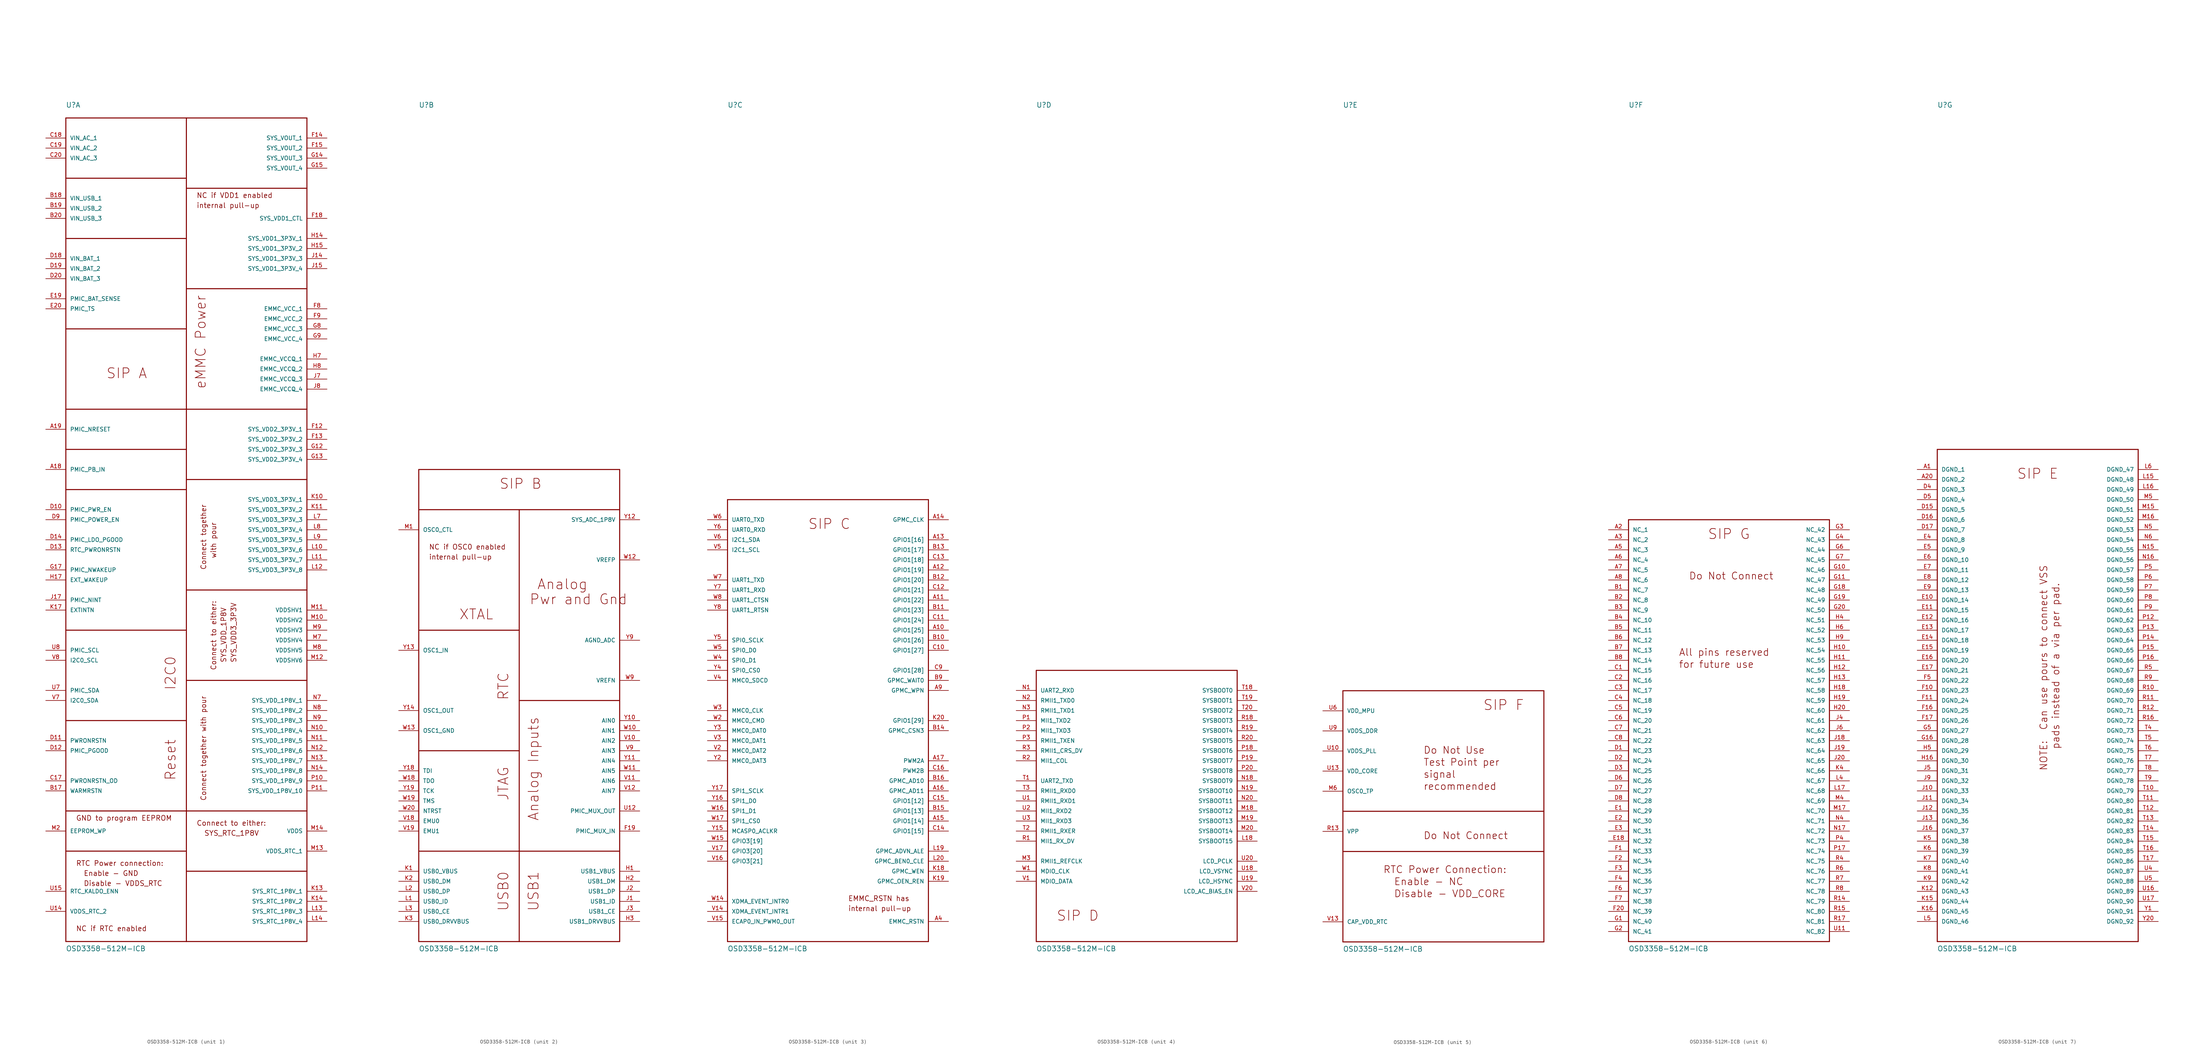
<source format=kicad_sym>
(kicad_symbol_lib
  (version 20211014)
  (generator kicad_symbol_editor)
  (symbol "OSD3358-512M-ICB"
    (pin_names
      (offset 1.016))
    (property "Reference" "U"
      (at 0 210.82 0)
      (effects (font (size 1.27 1.27)) (justify left bottom)))
    (property "Value" "OSD3358-512M-ICB"
      (at 0 -2.54 0)
      (effects (font (size 1.27 1.27)) (justify left bottom)))
    (property "ki_locked" ""
      (at 0 0 0)
      (effects (font (size 1.27 1.27))))
    (symbol "OSD3358-512M-ICB_1_0"
      (polyline (pts (xy 0 0) (xy 0 22.86)) (stroke (width 0.254) (type default) (color 0 0 0 0)) (fill (type none)))
      (polyline (pts (xy 0 0) (xy 30.48 0)) (stroke (width 0.254) (type default) (color 0 0 0 0)) (fill (type none)))
      (polyline (pts (xy 0 22.86) (xy 0 33.02)) (stroke (width 0.254) (type default) (color 0 0 0 0)) (fill (type none)))
      (polyline (pts (xy 0 33.02) (xy 0 55.88)) (stroke (width 0.254) (type default) (color 0 0 0 0)) (fill (type none)))
      (polyline (pts (xy 0 55.88) (xy 0 78.74)) (stroke (width 0.254) (type default) (color 0 0 0 0)) (fill (type none)))
      (polyline (pts (xy 0 78.74) (xy 0 114.3)) (stroke (width 0.254) (type default) (color 0 0 0 0)) (fill (type none)))
      (polyline (pts (xy 0 114.3) (xy 0 124.46)) (stroke (width 0.254) (type default) (color 0 0 0 0)) (fill (type none)))
      (polyline (pts (xy 0 124.46) (xy 0 134.62)) (stroke (width 0.254) (type default) (color 0 0 0 0)) (fill (type none)))
      (polyline (pts (xy 0 134.62) (xy 0 154.94)) (stroke (width 0.254) (type default) (color 0 0 0 0)) (fill (type none)))
      (polyline (pts (xy 0 154.94) (xy 0 177.8)) (stroke (width 0.254) (type default) (color 0 0 0 0)) (fill (type none)))
      (polyline (pts (xy 0 177.8) (xy 0 193.04)) (stroke (width 0.254) (type default) (color 0 0 0 0)) (fill (type none)))
      (polyline (pts (xy 0 193.04) (xy 0 208.28)) (stroke (width 0.254) (type default) (color 0 0 0 0)) (fill (type none)))
      (polyline (pts (xy 0 208.28) (xy 30.48 208.28)) (stroke (width 0.254) (type default) (color 0 0 0 0)) (fill (type none)))
      (polyline (pts (xy 30.48 0) (xy 60.96 0)) (stroke (width 0.254) (type default) (color 0 0 0 0)) (fill (type none)))
      (polyline (pts (xy 30.48 17.78) (xy 30.48 0)) (stroke (width 0.254) (type default) (color 0 0 0 0)) (fill (type none)))
      (polyline (pts (xy 30.48 22.86) (xy 0 22.86)) (stroke (width 0.254) (type default) (color 0 0 0 0)) (fill (type none)))
      (polyline (pts (xy 30.48 22.86) (xy 30.48 17.78)) (stroke (width 0.254) (type default) (color 0 0 0 0)) (fill (type none)))
      (polyline (pts (xy 30.48 33.02) (xy 0 33.02)) (stroke (width 0.254) (type default) (color 0 0 0 0)) (fill (type none)))
      (polyline (pts (xy 30.48 33.02) (xy 30.48 22.86)) (stroke (width 0.254) (type default) (color 0 0 0 0)) (fill (type none)))
      (polyline (pts (xy 30.48 55.88) (xy 0 55.88)) (stroke (width 0.254) (type default) (color 0 0 0 0)) (fill (type none)))
      (polyline (pts (xy 30.48 66.04) (xy 30.48 33.02)) (stroke (width 0.254) (type default) (color 0 0 0 0)) (fill (type none)))
      (polyline (pts (xy 30.48 78.74) (xy 0 78.74)) (stroke (width 0.254) (type default) (color 0 0 0 0)) (fill (type none)))
      (polyline (pts (xy 30.48 78.74) (xy 30.48 66.04)) (stroke (width 0.254) (type default) (color 0 0 0 0)) (fill (type none)))
      (polyline (pts (xy 30.48 88.9) (xy 30.48 78.74)) (stroke (width 0.254) (type default) (color 0 0 0 0)) (fill (type none)))
      (polyline (pts (xy 30.48 114.3) (xy 0 114.3)) (stroke (width 0.254) (type default) (color 0 0 0 0)) (fill (type none)))
      (polyline (pts (xy 30.48 114.3) (xy 30.48 88.9)) (stroke (width 0.254) (type default) (color 0 0 0 0)) (fill (type none)))
      (polyline (pts (xy 30.48 116.84) (xy 30.48 114.3)) (stroke (width 0.254) (type default) (color 0 0 0 0)) (fill (type none)))
      (polyline (pts (xy 30.48 124.46) (xy 0 124.46)) (stroke (width 0.254) (type default) (color 0 0 0 0)) (fill (type none)))
      (polyline (pts (xy 30.48 124.46) (xy 30.48 116.84)) (stroke (width 0.254) (type default) (color 0 0 0 0)) (fill (type none)))
      (polyline (pts (xy 30.48 134.62) (xy 0 134.62)) (stroke (width 0.254) (type default) (color 0 0 0 0)) (fill (type none)))
      (polyline (pts (xy 30.48 134.62) (xy 30.48 124.46)) (stroke (width 0.254) (type default) (color 0 0 0 0)) (fill (type none)))
      (polyline (pts (xy 30.48 154.94) (xy 0 154.94)) (stroke (width 0.254) (type default) (color 0 0 0 0)) (fill (type none)))
      (polyline (pts (xy 30.48 154.94) (xy 30.48 134.62)) (stroke (width 0.254) (type default) (color 0 0 0 0)) (fill (type none)))
      (polyline (pts (xy 30.48 165.1) (xy 30.48 154.94)) (stroke (width 0.254) (type default) (color 0 0 0 0)) (fill (type none)))
      (polyline (pts (xy 30.48 177.8) (xy 0 177.8)) (stroke (width 0.254) (type default) (color 0 0 0 0)) (fill (type none)))
      (polyline (pts (xy 30.48 177.8) (xy 30.48 165.1)) (stroke (width 0.254) (type default) (color 0 0 0 0)) (fill (type none)))
      (polyline (pts (xy 30.48 190.5) (xy 30.48 177.8)) (stroke (width 0.254) (type default) (color 0 0 0 0)) (fill (type none)))
      (polyline (pts (xy 30.48 193.04) (xy 0 193.04)) (stroke (width 0.254) (type default) (color 0 0 0 0)) (fill (type none)))
      (polyline (pts (xy 30.48 193.04) (xy 30.48 190.5)) (stroke (width 0.254) (type default) (color 0 0 0 0)) (fill (type none)))
      (polyline (pts (xy 30.48 208.28) (xy 30.48 193.04)) (stroke (width 0.254) (type default) (color 0 0 0 0)) (fill (type none)))
      (polyline (pts (xy 30.48 208.28) (xy 60.96 208.28)) (stroke (width 0.254) (type default) (color 0 0 0 0)) (fill (type none)))
      (polyline (pts (xy 60.96 17.78) (xy 30.48 17.78)) (stroke (width 0.254) (type default) (color 0 0 0 0)) (fill (type none)))
      (polyline (pts (xy 60.96 17.78) (xy 60.96 0)) (stroke (width 0.254) (type default) (color 0 0 0 0)) (fill (type none)))
      (polyline (pts (xy 60.96 33.02) (xy 30.48 33.02)) (stroke (width 0.254) (type default) (color 0 0 0 0)) (fill (type none)))
      (polyline (pts (xy 60.96 33.02) (xy 60.96 17.78)) (stroke (width 0.254) (type default) (color 0 0 0 0)) (fill (type none)))
      (polyline (pts (xy 60.96 66.04) (xy 30.48 66.04)) (stroke (width 0.254) (type default) (color 0 0 0 0)) (fill (type none)))
      (polyline (pts (xy 60.96 66.04) (xy 60.96 33.02)) (stroke (width 0.254) (type default) (color 0 0 0 0)) (fill (type none)))
      (polyline (pts (xy 60.96 88.9) (xy 30.48 88.9)) (stroke (width 0.254) (type default) (color 0 0 0 0)) (fill (type none)))
      (polyline (pts (xy 60.96 88.9) (xy 60.96 66.04)) (stroke (width 0.254) (type default) (color 0 0 0 0)) (fill (type none)))
      (polyline (pts (xy 60.96 116.84) (xy 30.48 116.84)) (stroke (width 0.254) (type default) (color 0 0 0 0)) (fill (type none)))
      (polyline (pts (xy 60.96 116.84) (xy 60.96 88.9)) (stroke (width 0.254) (type default) (color 0 0 0 0)) (fill (type none)))
      (polyline (pts (xy 60.96 134.62) (xy 30.48 134.62)) (stroke (width 0.254) (type default) (color 0 0 0 0)) (fill (type none)))
      (polyline (pts (xy 60.96 134.62) (xy 60.96 116.84)) (stroke (width 0.254) (type default) (color 0 0 0 0)) (fill (type none)))
      (polyline (pts (xy 60.96 165.1) (xy 30.48 165.1)) (stroke (width 0.254) (type default) (color 0 0 0 0)) (fill (type none)))
      (polyline (pts (xy 60.96 165.1) (xy 60.96 134.62)) (stroke (width 0.254) (type default) (color 0 0 0 0)) (fill (type none)))
      (polyline (pts (xy 60.96 190.5) (xy 30.48 190.5)) (stroke (width 0.254) (type default) (color 0 0 0 0)) (fill (type none)))
      (polyline (pts (xy 60.96 190.5) (xy 60.96 165.1)) (stroke (width 0.254) (type default) (color 0 0 0 0)) (fill (type none)))
      (polyline (pts (xy 60.96 208.28) (xy 60.96 190.5)) (stroke (width 0.254) (type default) (color 0 0 0 0)) (fill (type none)))
      (text "   with pour" (at 38.1 93.98 900) (effects (font (size 1.27 1.27)) (justify left bottom)))
      (text "  Disable - VDDS_RTC" (at 2.54 13.97 0) (effects (font (size 1.27 1.27)) (justify left bottom)))
      (text "  Enable - GND" (at 2.54 16.51 0) (effects (font (size 1.27 1.27)) (justify left bottom)))
      (text "  SYS_RTC_1P8V" (at 33.02 26.67 0) (effects (font (size 1.27 1.27)) (justify left bottom)))
      (text "  SYS_VDD3_3P3V" (at 43.18 68.58 900) (effects (font (size 1.27 1.27)) (justify left bottom)))
      (text "  SYS_VDD_1P8V" (at 40.64 68.58 900) (effects (font (size 1.27 1.27)) (justify left bottom)))
      (text "Connect to either:" (at 33.02 29.21 0) (effects (font (size 1.27 1.27)) (justify left bottom)))
      (text "Connect to either:" (at 38.1 68.58 900) (effects (font (size 1.27 1.27)) (justify left bottom)))
      (text "Connect together" (at 35.56 93.98 900) (effects (font (size 1.27 1.27)) (justify left bottom)))
      (text "Connect together with pour" (at 35.56 35.56 900) (effects (font (size 1.27 1.27)) (justify left bottom)))
      (text "eMMC Power" (at 35.56 139.7 900) (effects (font (size 2.54 2.54)) (justify left bottom)))
      (text "GND to program EEPROM" (at 2.54 30.48 0) (effects (font (size 1.27 1.27)) (justify left bottom)))
      (text "I2C0" (at 27.94 63.5 900) (effects (font (size 2.54 2.54)) (justify left bottom)))
      (text "internal pull-up" (at 33.02 185.42 0) (effects (font (size 1.27 1.27)) (justify left bottom)))
      (text "NC if RTC enabled" (at 2.54 2.54 0) (effects (font (size 1.27 1.27)) (justify left bottom)))
      (text "NC if VDD1 enabled " (at 33.02 187.96 0) (effects (font (size 1.27 1.27)) (justify left bottom)))
      (text "Reset" (at 27.94 40.64 900) (effects (font (size 2.54 2.54)) (justify left bottom)))
      (text "RTC Power connection:" (at 2.54 19.05 0) (effects (font (size 1.27 1.27)) (justify left bottom)))
      (text "SIP A" (at 10.16 142.24 0) (effects (font (size 2.54 2.54)) (justify left bottom)))
      (pin bidirectional line (at -5.08 119.38 0) (length 5.08) (name "PMIC_PB_IN" (effects (font (size 1.016 1.016)))) (number "A18" (effects (font (size 1.016 1.016)))))
      (pin bidirectional line (at -5.08 129.54 0) (length 5.08) (name "PMIC_NRESET" (effects (font (size 1.016 1.016)))) (number "A19" (effects (font (size 1.016 1.016)))))
      (pin bidirectional line (at -5.08 38.1 0) (length 5.08) (name "WARMRSTN" (effects (font (size 1.016 1.016)))) (number "B17" (effects (font (size 1.016 1.016)))))
      (pin power_in line (at -5.08 187.96 0) (length 5.08) (name "VIN_USB_1" (effects (font (size 1.016 1.016)))) (number "B18" (effects (font (size 1.016 1.016)))))
      (pin power_in line (at -5.08 185.42 0) (length 5.08) (name "VIN_USB_2" (effects (font (size 1.016 1.016)))) (number "B19" (effects (font (size 1.016 1.016)))))
      (pin power_in line (at -5.08 182.88 0) (length 5.08) (name "VIN_USB_3" (effects (font (size 1.016 1.016)))) (number "B20" (effects (font (size 1.016 1.016)))))
      (pin bidirectional line (at -5.08 40.64 0) (length 5.08) (name "PWRONRSTN_OD" (effects (font (size 1.016 1.016)))) (number "C17" (effects (font (size 1.016 1.016)))))
      (pin power_in line (at -5.08 203.2 0) (length 5.08) (name "VIN_AC_1" (effects (font (size 1.016 1.016)))) (number "C18" (effects (font (size 1.016 1.016)))))
      (pin power_in line (at -5.08 200.66 0) (length 5.08) (name "VIN_AC_2" (effects (font (size 1.016 1.016)))) (number "C19" (effects (font (size 1.016 1.016)))))
      (pin power_in line (at -5.08 198.12 0) (length 5.08) (name "VIN_AC_3" (effects (font (size 1.016 1.016)))) (number "C20" (effects (font (size 1.016 1.016)))))
      (pin input line (at -5.08 109.22 0) (length 5.08) (name "PMIC_PWR_EN" (effects (font (size 1.016 1.016)))) (number "D10" (effects (font (size 1.016 1.016)))))
      (pin bidirectional line (at -5.08 50.8 0) (length 5.08) (name "PWRONRSTN" (effects (font (size 1.016 1.016)))) (number "D11" (effects (font (size 1.016 1.016)))))
      (pin output line (at -5.08 48.26 0) (length 5.08) (name "PMIC_PGOOD" (effects (font (size 1.016 1.016)))) (number "D12" (effects (font (size 1.016 1.016)))))
      (pin bidirectional line (at -5.08 99.06 0) (length 5.08) (name "RTC_PWRONRSTN" (effects (font (size 1.016 1.016)))) (number "D13" (effects (font (size 1.016 1.016)))))
      (pin output line (at -5.08 101.6 0) (length 5.08) (name "PMIC_LDO_PGOOD" (effects (font (size 1.016 1.016)))) (number "D14" (effects (font (size 1.016 1.016)))))
      (pin power_in line (at -5.08 172.72 0) (length 5.08) (name "VIN_BAT_1" (effects (font (size 1.016 1.016)))) (number "D18" (effects (font (size 1.016 1.016)))))
      (pin power_in line (at -5.08 170.18 0) (length 5.08) (name "VIN_BAT_2" (effects (font (size 1.016 1.016)))) (number "D19" (effects (font (size 1.016 1.016)))))
      (pin power_in line (at -5.08 167.64 0) (length 5.08) (name "VIN_BAT_3" (effects (font (size 1.016 1.016)))) (number "D20" (effects (font (size 1.016 1.016)))))
      (pin output line (at -5.08 106.68 0) (length 5.08) (name "PMIC_POWER_EN" (effects (font (size 1.016 1.016)))) (number "D9" (effects (font (size 1.016 1.016)))))
      (pin bidirectional line (at -5.08 162.56 0) (length 5.08) (name "PMIC_BAT_SENSE" (effects (font (size 1.016 1.016)))) (number "E19" (effects (font (size 1.016 1.016)))))
      (pin bidirectional line (at -5.08 160.02 0) (length 5.08) (name "PMIC_TS" (effects (font (size 1.016 1.016)))) (number "E20" (effects (font (size 1.016 1.016)))))
      (pin power_in line (at 66.04 129.54 180) (length 5.08) (name "SYS_VDD2_3P3V_1" (effects (font (size 1.016 1.016)))) (number "F12" (effects (font (size 1.016 1.016)))))
      (pin power_in line (at 66.04 127 180) (length 5.08) (name "SYS_VDD2_3P3V_2" (effects (font (size 1.016 1.016)))) (number "F13" (effects (font (size 1.016 1.016)))))
      (pin power_in line (at 66.04 203.2 180) (length 5.08) (name "SYS_VOUT_1" (effects (font (size 1.016 1.016)))) (number "F14" (effects (font (size 1.016 1.016)))))
      (pin power_in line (at 66.04 200.66 180) (length 5.08) (name "SYS_VOUT_2" (effects (font (size 1.016 1.016)))) (number "F15" (effects (font (size 1.016 1.016)))))
      (pin bidirectional line (at 66.04 182.88 180) (length 5.08) (name "SYS_VDD1_CTL" (effects (font (size 1.016 1.016)))) (number "F18" (effects (font (size 1.016 1.016)))))
      (pin bidirectional line (at 66.04 160.02 180) (length 5.08) (name "EMMC_VCC_1" (effects (font (size 1.016 1.016)))) (number "F8" (effects (font (size 1.016 1.016)))))
      (pin bidirectional line (at 66.04 157.48 180) (length 5.08) (name "EMMC_VCC_2" (effects (font (size 1.016 1.016)))) (number "F9" (effects (font (size 1.016 1.016)))))
      (pin power_in line (at 66.04 124.46 180) (length 5.08) (name "SYS_VDD2_3P3V_3" (effects (font (size 1.016 1.016)))) (number "G12" (effects (font (size 1.016 1.016)))))
      (pin power_in line (at 66.04 121.92 180) (length 5.08) (name "SYS_VDD2_3P3V_4" (effects (font (size 1.016 1.016)))) (number "G13" (effects (font (size 1.016 1.016)))))
      (pin power_in line (at 66.04 198.12 180) (length 5.08) (name "SYS_VOUT_3" (effects (font (size 1.016 1.016)))) (number "G14" (effects (font (size 1.016 1.016)))))
      (pin power_in line (at 66.04 195.58 180) (length 5.08) (name "SYS_VOUT_4" (effects (font (size 1.016 1.016)))) (number "G15" (effects (font (size 1.016 1.016)))))
      (pin output line (at -5.08 93.98 0) (length 5.08) (name "PMIC_NWAKEUP" (effects (font (size 1.016 1.016)))) (number "G17" (effects (font (size 1.016 1.016)))))
      (pin bidirectional line (at 66.04 154.94 180) (length 5.08) (name "EMMC_VCC_3" (effects (font (size 1.016 1.016)))) (number "G8" (effects (font (size 1.016 1.016)))))
      (pin bidirectional line (at 66.04 152.4 180) (length 5.08) (name "EMMC_VCC_4" (effects (font (size 1.016 1.016)))) (number "G9" (effects (font (size 1.016 1.016)))))
      (pin power_in line (at 66.04 177.8 180) (length 5.08) (name "SYS_VDD1_3P3V_1" (effects (font (size 1.016 1.016)))) (number "H14" (effects (font (size 1.016 1.016)))))
      (pin power_in line (at 66.04 175.26 180) (length 5.08) (name "SYS_VDD1_3P3V_2" (effects (font (size 1.016 1.016)))) (number "H15" (effects (font (size 1.016 1.016)))))
      (pin bidirectional line (at -5.08 91.44 0) (length 5.08) (name "EXT_WAKEUP" (effects (font (size 1.016 1.016)))) (number "H17" (effects (font (size 1.016 1.016)))))
      (pin bidirectional line (at 66.04 147.32 180) (length 5.08) (name "EMMC_VCCQ_1" (effects (font (size 1.016 1.016)))) (number "H7" (effects (font (size 1.016 1.016)))))
      (pin bidirectional line (at 66.04 144.78 180) (length 5.08) (name "EMMC_VCCQ_2" (effects (font (size 1.016 1.016)))) (number "H8" (effects (font (size 1.016 1.016)))))
      (pin power_in line (at 66.04 172.72 180) (length 5.08) (name "SYS_VDD1_3P3V_3" (effects (font (size 1.016 1.016)))) (number "J14" (effects (font (size 1.016 1.016)))))
      (pin power_in line (at 66.04 170.18 180) (length 5.08) (name "SYS_VDD1_3P3V_4" (effects (font (size 1.016 1.016)))) (number "J15" (effects (font (size 1.016 1.016)))))
      (pin output line (at -5.08 86.36 0) (length 5.08) (name "PMIC_NINT" (effects (font (size 1.016 1.016)))) (number "J17" (effects (font (size 1.016 1.016)))))
      (pin bidirectional line (at 66.04 142.24 180) (length 5.08) (name "EMMC_VCCQ_3" (effects (font (size 1.016 1.016)))) (number "J7" (effects (font (size 1.016 1.016)))))
      (pin bidirectional line (at 66.04 139.7 180) (length 5.08) (name "EMMC_VCCQ_4" (effects (font (size 1.016 1.016)))) (number "J8" (effects (font (size 1.016 1.016)))))
      (pin power_in line (at 66.04 111.76 180) (length 5.08) (name "SYS_VDD3_3P3V_1" (effects (font (size 1.016 1.016)))) (number "K10" (effects (font (size 1.016 1.016)))))
      (pin power_in line (at 66.04 109.22 180) (length 5.08) (name "SYS_VDD3_3P3V_2" (effects (font (size 1.016 1.016)))) (number "K11" (effects (font (size 1.016 1.016)))))
      (pin power_in line (at 66.04 12.7 180) (length 5.08) (name "SYS_RTC_1P8V_1" (effects (font (size 1.016 1.016)))) (number "K13" (effects (font (size 1.016 1.016)))))
      (pin power_in line (at 66.04 10.16 180) (length 5.08) (name "SYS_RTC_1P8V_2" (effects (font (size 1.016 1.016)))) (number "K14" (effects (font (size 1.016 1.016)))))
      (pin bidirectional line (at -5.08 83.82 0) (length 5.08) (name "EXTINTN" (effects (font (size 1.016 1.016)))) (number "K17" (effects (font (size 1.016 1.016)))))
      (pin power_in line (at 66.04 99.06 180) (length 5.08) (name "SYS_VDD3_3P3V_6" (effects (font (size 1.016 1.016)))) (number "L10" (effects (font (size 1.016 1.016)))))
      (pin power_in line (at 66.04 96.52 180) (length 5.08) (name "SYS_VDD3_3P3V_7" (effects (font (size 1.016 1.016)))) (number "L11" (effects (font (size 1.016 1.016)))))
      (pin power_in line (at 66.04 93.98 180) (length 5.08) (name "SYS_VDD3_3P3V_8" (effects (font (size 1.016 1.016)))) (number "L12" (effects (font (size 1.016 1.016)))))
      (pin power_in line (at 66.04 7.62 180) (length 5.08) (name "SYS_RTC_1P8V_3" (effects (font (size 1.016 1.016)))) (number "L13" (effects (font (size 1.016 1.016)))))
      (pin power_in line (at 66.04 5.08 180) (length 5.08) (name "SYS_RTC_1P8V_4" (effects (font (size 1.016 1.016)))) (number "L14" (effects (font (size 1.016 1.016)))))
      (pin power_in line (at 66.04 106.68 180) (length 5.08) (name "SYS_VDD3_3P3V_3" (effects (font (size 1.016 1.016)))) (number "L7" (effects (font (size 1.016 1.016)))))
      (pin power_in line (at 66.04 104.14 180) (length 5.08) (name "SYS_VDD3_3P3V_4" (effects (font (size 1.016 1.016)))) (number "L8" (effects (font (size 1.016 1.016)))))
      (pin power_in line (at 66.04 101.6 180) (length 5.08) (name "SYS_VDD3_3P3V_5" (effects (font (size 1.016 1.016)))) (number "L9" (effects (font (size 1.016 1.016)))))
      (pin power_in line (at 66.04 81.28 180) (length 5.08) (name "VDDSHV2" (effects (font (size 1.016 1.016)))) (number "M10" (effects (font (size 1.016 1.016)))))
      (pin power_in line (at 66.04 83.82 180) (length 5.08) (name "VDDSHV1" (effects (font (size 1.016 1.016)))) (number "M11" (effects (font (size 1.016 1.016)))))
      (pin power_in line (at 66.04 71.12 180) (length 5.08) (name "VDDSHV6" (effects (font (size 1.016 1.016)))) (number "M12" (effects (font (size 1.016 1.016)))))
      (pin bidirectional line (at 66.04 22.86 180) (length 5.08) (name "VDDS_RTC_1" (effects (font (size 1.016 1.016)))) (number "M13" (effects (font (size 1.016 1.016)))))
      (pin bidirectional line (at 66.04 27.94 180) (length 5.08) (name "VDDS" (effects (font (size 1.016 1.016)))) (number "M14" (effects (font (size 1.016 1.016)))))
      (pin bidirectional line (at -5.08 27.94 0) (length 5.08) (name "EEPROM_WP" (effects (font (size 1.016 1.016)))) (number "M2" (effects (font (size 1.016 1.016)))))
      (pin power_in line (at 66.04 76.2 180) (length 5.08) (name "VDDSHV4" (effects (font (size 1.016 1.016)))) (number "M7" (effects (font (size 1.016 1.016)))))
      (pin power_in line (at 66.04 73.66 180) (length 5.08) (name "VDDSHV5" (effects (font (size 1.016 1.016)))) (number "M8" (effects (font (size 1.016 1.016)))))
      (pin power_in line (at 66.04 78.74 180) (length 5.08) (name "VDDSHV3" (effects (font (size 1.016 1.016)))) (number "M9" (effects (font (size 1.016 1.016)))))
      (pin power_in line (at 66.04 53.34 180) (length 5.08) (name "SYS_VDD_1P8V_4" (effects (font (size 1.016 1.016)))) (number "N10" (effects (font (size 1.016 1.016)))))
      (pin power_in line (at 66.04 50.8 180) (length 5.08) (name "SYS_VDD_1P8V_5" (effects (font (size 1.016 1.016)))) (number "N11" (effects (font (size 1.016 1.016)))))
      (pin power_in line (at 66.04 48.26 180) (length 5.08) (name "SYS_VDD_1P8V_6" (effects (font (size 1.016 1.016)))) (number "N12" (effects (font (size 1.016 1.016)))))
      (pin power_in line (at 66.04 45.72 180) (length 5.08) (name "SYS_VDD_1P8V_7" (effects (font (size 1.016 1.016)))) (number "N13" (effects (font (size 1.016 1.016)))))
      (pin power_in line (at 66.04 43.18 180) (length 5.08) (name "SYS_VDD_1P8V_8" (effects (font (size 1.016 1.016)))) (number "N14" (effects (font (size 1.016 1.016)))))
      (pin power_in line (at 66.04 60.96 180) (length 5.08) (name "SYS_VDD_1P8V_1" (effects (font (size 1.016 1.016)))) (number "N7" (effects (font (size 1.016 1.016)))))
      (pin power_in line (at 66.04 58.42 180) (length 5.08) (name "SYS_VDD_1P8V_2" (effects (font (size 1.016 1.016)))) (number "N8" (effects (font (size 1.016 1.016)))))
      (pin power_in line (at 66.04 55.88 180) (length 5.08) (name "SYS_VDD_1P8V_3" (effects (font (size 1.016 1.016)))) (number "N9" (effects (font (size 1.016 1.016)))))
      (pin power_in line (at 66.04 40.64 180) (length 5.08) (name "SYS_VDD_1P8V_9" (effects (font (size 1.016 1.016)))) (number "P10" (effects (font (size 1.016 1.016)))))
      (pin power_in line (at 66.04 38.1 180) (length 5.08) (name "SYS_VDD_1P8V_10" (effects (font (size 1.016 1.016)))) (number "P11" (effects (font (size 1.016 1.016)))))
      (pin bidirectional line (at -5.08 7.62 0) (length 5.08) (name "VDDS_RTC_2" (effects (font (size 1.016 1.016)))) (number "U14" (effects (font (size 1.016 1.016)))))
      (pin bidirectional line (at -5.08 12.7 0) (length 5.08) (name "RTC_KALDO_ENN" (effects (font (size 1.016 1.016)))) (number "U15" (effects (font (size 1.016 1.016)))))
      (pin bidirectional line (at -5.08 63.5 0) (length 5.08) (name "PMIC_SDA" (effects (font (size 1.016 1.016)))) (number "U7" (effects (font (size 1.016 1.016)))))
      (pin bidirectional line (at -5.08 73.66 0) (length 5.08) (name "PMIC_SCL" (effects (font (size 1.016 1.016)))) (number "U8" (effects (font (size 1.016 1.016)))))
      (pin bidirectional line (at -5.08 60.96 0) (length 5.08) (name "I2C0_SDA" (effects (font (size 1.016 1.016)))) (number "V7" (effects (font (size 1.016 1.016)))))
      (pin bidirectional line (at -5.08 71.12 0) (length 5.08) (name "I2C0_SCL" (effects (font (size 1.016 1.016)))) (number "V8" (effects (font (size 1.016 1.016))))))
    (symbol "OSD3358-512M-ICB_2_0"
      (polyline (pts (xy 0 0) (xy 0 22.86)) (stroke (width 0.254) (type default) (color 0 0 0 0)) (fill (type none)))
      (polyline (pts (xy 0 22.86) (xy 0 48.26)) (stroke (width 0.254) (type default) (color 0 0 0 0)) (fill (type none)))
      (polyline (pts (xy 0 22.86) (xy 50.8 22.86)) (stroke (width 0.254) (type default) (color 0 0 0 0)) (fill (type none)))
      (polyline (pts (xy 0 48.26) (xy 0 78.74)) (stroke (width 0.254) (type default) (color 0 0 0 0)) (fill (type none)))
      (polyline (pts (xy 0 48.26) (xy 25.4 48.26)) (stroke (width 0.254) (type default) (color 0 0 0 0)) (fill (type none)))
      (polyline (pts (xy 0 78.74) (xy 0 109.22)) (stroke (width 0.254) (type default) (color 0 0 0 0)) (fill (type none)))
      (polyline (pts (xy 0 78.74) (xy 25.4 78.74)) (stroke (width 0.254) (type default) (color 0 0 0 0)) (fill (type none)))
      (polyline (pts (xy 0 109.22) (xy 0 119.38)) (stroke (width 0.254) (type default) (color 0 0 0 0)) (fill (type none)))
      (polyline (pts (xy 0 109.22) (xy 25.4 109.22)) (stroke (width 0.254) (type default) (color 0 0 0 0)) (fill (type none)))
      (polyline (pts (xy 0 119.38) (xy 50.8 119.38)) (stroke (width 0.254) (type default) (color 0 0 0 0)) (fill (type none)))
      (polyline (pts (xy 25.4 0) (xy 0 0)) (stroke (width 0.254) (type default) (color 0 0 0 0)) (fill (type none)))
      (polyline (pts (xy 25.4 48.26) (xy 25.4 0)) (stroke (width 0.254) (type default) (color 0 0 0 0)) (fill (type none)))
      (polyline (pts (xy 25.4 60.96) (xy 25.4 48.26)) (stroke (width 0.254) (type default) (color 0 0 0 0)) (fill (type none)))
      (polyline (pts (xy 25.4 60.96) (xy 50.8 60.96)) (stroke (width 0.254) (type default) (color 0 0 0 0)) (fill (type none)))
      (polyline (pts (xy 25.4 78.74) (xy 25.4 60.96)) (stroke (width 0.254) (type default) (color 0 0 0 0)) (fill (type none)))
      (polyline (pts (xy 25.4 109.22) (xy 25.4 78.74)) (stroke (width 0.254) (type default) (color 0 0 0 0)) (fill (type none)))
      (polyline (pts (xy 25.4 109.22) (xy 50.8 109.22)) (stroke (width 0.254) (type default) (color 0 0 0 0)) (fill (type none)))
      (polyline (pts (xy 50.8 0) (xy 25.4 0)) (stroke (width 0.254) (type default) (color 0 0 0 0)) (fill (type none)))
      (polyline (pts (xy 50.8 22.86) (xy 50.8 0)) (stroke (width 0.254) (type default) (color 0 0 0 0)) (fill (type none)))
      (polyline (pts (xy 50.8 60.96) (xy 50.8 22.86)) (stroke (width 0.254) (type default) (color 0 0 0 0)) (fill (type none)))
      (polyline (pts (xy 50.8 109.22) (xy 50.8 60.96)) (stroke (width 0.254) (type default) (color 0 0 0 0)) (fill (type none)))
      (polyline (pts (xy 50.8 119.38) (xy 50.8 109.22)) (stroke (width 0.254) (type default) (color 0 0 0 0)) (fill (type none)))
      (text " Analog " (at 27.94 88.9 0) (effects (font (size 2.54 2.54)) (justify left bottom)))
      (text "Analog Inputs" (at 30.48 30.48 900) (effects (font (size 2.54 2.54)) (justify left bottom)))
      (text "internal pull-up" (at 2.54 96.52 0) (effects (font (size 1.27 1.27)) (justify left bottom)))
      (text "JTAG" (at 22.86 35.56 900) (effects (font (size 2.54 2.54)) (justify left bottom)))
      (text "NC if OSC0 enabled " (at 2.54 99.06 0) (effects (font (size 1.27 1.27)) (justify left bottom)))
      (text "Pwr and Gnd" (at 27.94 85.09 0) (effects (font (size 2.54 2.54)) (justify left bottom)))
      (text "RTC" (at 22.86 60.96 900) (effects (font (size 2.54 2.54)) (justify left bottom)))
      (text "SIP B" (at 20.32 114.3 0) (effects (font (size 2.54 2.54)) (justify left bottom)))
      (text "USB0" (at 22.86 7.62 900) (effects (font (size 2.54 2.54)) (justify left bottom)))
      (text "USB1" (at 30.48 7.62 900) (effects (font (size 2.54 2.54)) (justify left bottom)))
      (text "XTAL" (at 10.16 81.28 0) (effects (font (size 2.54 2.54)) (justify left bottom)))
      (pin bidirectional line (at 55.88 27.94 180) (length 5.08) (name "PMIC_MUX_IN" (effects (font (size 1.016 1.016)))) (number "F19" (effects (font (size 1.016 1.016)))))
      (pin bidirectional line (at 55.88 17.78 180) (length 5.08) (name "USB1_VBUS" (effects (font (size 1.016 1.016)))) (number "H1" (effects (font (size 1.016 1.016)))))
      (pin bidirectional line (at 55.88 15.24 180) (length 5.08) (name "USB1_DM" (effects (font (size 1.016 1.016)))) (number "H2" (effects (font (size 1.016 1.016)))))
      (pin bidirectional line (at 55.88 5.08 180) (length 5.08) (name "USB1_DRVVBUS" (effects (font (size 1.016 1.016)))) (number "H3" (effects (font (size 1.016 1.016)))))
      (pin bidirectional line (at 55.88 10.16 180) (length 5.08) (name "USB1_ID" (effects (font (size 1.016 1.016)))) (number "J1" (effects (font (size 1.016 1.016)))))
      (pin bidirectional line (at 55.88 12.7 180) (length 5.08) (name "USB1_DP" (effects (font (size 1.016 1.016)))) (number "J2" (effects (font (size 1.016 1.016)))))
      (pin bidirectional line (at 55.88 7.62 180) (length 5.08) (name "USB1_CE" (effects (font (size 1.016 1.016)))) (number "J3" (effects (font (size 1.016 1.016)))))
      (pin bidirectional line (at -5.08 17.78 0) (length 5.08) (name "USB0_VBUS" (effects (font (size 1.016 1.016)))) (number "K1" (effects (font (size 1.016 1.016)))))
      (pin bidirectional line (at -5.08 15.24 0) (length 5.08) (name "USB0_DM" (effects (font (size 1.016 1.016)))) (number "K2" (effects (font (size 1.016 1.016)))))
      (pin bidirectional line (at -5.08 5.08 0) (length 5.08) (name "USB0_DRVVBUS" (effects (font (size 1.016 1.016)))) (number "K3" (effects (font (size 1.016 1.016)))))
      (pin bidirectional line (at -5.08 10.16 0) (length 5.08) (name "USB0_ID" (effects (font (size 1.016 1.016)))) (number "L1" (effects (font (size 1.016 1.016)))))
      (pin bidirectional line (at -5.08 12.7 0) (length 5.08) (name "USB0_DP" (effects (font (size 1.016 1.016)))) (number "L2" (effects (font (size 1.016 1.016)))))
      (pin bidirectional line (at -5.08 7.62 0) (length 5.08) (name "USB0_CE" (effects (font (size 1.016 1.016)))) (number "L3" (effects (font (size 1.016 1.016)))))
      (pin bidirectional line (at -5.08 104.14 0) (length 5.08) (name "OSC0_CTL" (effects (font (size 1.016 1.016)))) (number "M1" (effects (font (size 1.016 1.016)))))
      (pin bidirectional line (at 55.88 33.02 180) (length 5.08) (name "PMIC_MUX_OUT" (effects (font (size 1.016 1.016)))) (number "U12" (effects (font (size 1.016 1.016)))))
      (pin bidirectional line (at 55.88 50.8 180) (length 5.08) (name "AIN2" (effects (font (size 1.016 1.016)))) (number "V10" (effects (font (size 1.016 1.016)))))
      (pin bidirectional line (at 55.88 40.64 180) (length 5.08) (name "AIN6" (effects (font (size 1.016 1.016)))) (number "V11" (effects (font (size 1.016 1.016)))))
      (pin bidirectional line (at 55.88 38.1 180) (length 5.08) (name "AIN7" (effects (font (size 1.016 1.016)))) (number "V12" (effects (font (size 1.016 1.016)))))
      (pin bidirectional line (at -5.08 30.48 0) (length 5.08) (name "EMU0" (effects (font (size 1.016 1.016)))) (number "V18" (effects (font (size 1.016 1.016)))))
      (pin bidirectional line (at -5.08 27.94 0) (length 5.08) (name "EMU1" (effects (font (size 1.016 1.016)))) (number "V19" (effects (font (size 1.016 1.016)))))
      (pin bidirectional line (at 55.88 48.26 180) (length 5.08) (name "AIN3" (effects (font (size 1.016 1.016)))) (number "V9" (effects (font (size 1.016 1.016)))))
      (pin bidirectional line (at 55.88 53.34 180) (length 5.08) (name "AIN1" (effects (font (size 1.016 1.016)))) (number "W10" (effects (font (size 1.016 1.016)))))
      (pin bidirectional line (at 55.88 43.18 180) (length 5.08) (name "AIN5" (effects (font (size 1.016 1.016)))) (number "W11" (effects (font (size 1.016 1.016)))))
      (pin bidirectional line (at 55.88 96.52 180) (length 5.08) (name "VREFP" (effects (font (size 1.016 1.016)))) (number "W12" (effects (font (size 1.016 1.016)))))
      (pin bidirectional line (at -5.08 53.34 0) (length 5.08) (name "OSC1_GND" (effects (font (size 1.016 1.016)))) (number "W13" (effects (font (size 1.016 1.016)))))
      (pin bidirectional line (at -5.08 40.64 0) (length 5.08) (name "TDO" (effects (font (size 1.016 1.016)))) (number "W18" (effects (font (size 1.016 1.016)))))
      (pin bidirectional line (at -5.08 35.56 0) (length 5.08) (name "TMS" (effects (font (size 1.016 1.016)))) (number "W19" (effects (font (size 1.016 1.016)))))
      (pin bidirectional line (at -5.08 33.02 0) (length 5.08) (name "NTRST" (effects (font (size 1.016 1.016)))) (number "W20" (effects (font (size 1.016 1.016)))))
      (pin bidirectional line (at 55.88 66.04 180) (length 5.08) (name "VREFN" (effects (font (size 1.016 1.016)))) (number "W9" (effects (font (size 1.016 1.016)))))
      (pin bidirectional line (at 55.88 55.88 180) (length 5.08) (name "AIN0" (effects (font (size 1.016 1.016)))) (number "Y10" (effects (font (size 1.016 1.016)))))
      (pin bidirectional line (at 55.88 45.72 180) (length 5.08) (name "AIN4" (effects (font (size 1.016 1.016)))) (number "Y11" (effects (font (size 1.016 1.016)))))
      (pin bidirectional line (at 55.88 106.68 180) (length 5.08) (name "SYS_ADC_1P8V" (effects (font (size 1.016 1.016)))) (number "Y12" (effects (font (size 1.016 1.016)))))
      (pin bidirectional line (at -5.08 73.66 0) (length 5.08) (name "OSC1_IN" (effects (font (size 1.016 1.016)))) (number "Y13" (effects (font (size 1.016 1.016)))))
      (pin bidirectional line (at -5.08 58.42 0) (length 5.08) (name "OSC1_OUT" (effects (font (size 1.016 1.016)))) (number "Y14" (effects (font (size 1.016 1.016)))))
      (pin bidirectional line (at -5.08 43.18 0) (length 5.08) (name "TDI" (effects (font (size 1.016 1.016)))) (number "Y18" (effects (font (size 1.016 1.016)))))
      (pin bidirectional line (at -5.08 38.1 0) (length 5.08) (name "TCK" (effects (font (size 1.016 1.016)))) (number "Y19" (effects (font (size 1.016 1.016)))))
      (pin bidirectional line (at 55.88 76.2 180) (length 5.08) (name "AGND_ADC" (effects (font (size 1.016 1.016)))) (number "Y9" (effects (font (size 1.016 1.016))))))
    (symbol "OSD3358-512M-ICB_3_0"
      (polyline (pts (xy 0 0) (xy 0 111.76)) (stroke (width 0.254) (type default) (color 0 0 0 0)) (fill (type none)))
      (polyline (pts (xy 0 111.76) (xy 50.8 111.76)) (stroke (width 0.254) (type default) (color 0 0 0 0)) (fill (type none)))
      (polyline (pts (xy 50.8 0) (xy 0 0)) (stroke (width 0.254) (type default) (color 0 0 0 0)) (fill (type none)))
      (polyline (pts (xy 50.8 111.76) (xy 50.8 0)) (stroke (width 0.254) (type default) (color 0 0 0 0)) (fill (type none)))
      (text "EMMC_RSTN has " (at 30.48 10.16 0) (effects (font (size 1.27 1.27)) (justify left bottom)))
      (text "internal pull-up" (at 30.48 7.62 0) (effects (font (size 1.27 1.27)) (justify left bottom)))
      (text "SIP C" (at 20.32 104.14 0) (effects (font (size 2.54 2.54)) (justify left bottom)))
      (pin bidirectional line (at 55.88 78.74 180) (length 5.08) (name "GPIO1[25]" (effects (font (size 1.016 1.016)))) (number "A10" (effects (font (size 1.016 1.016)))))
      (pin bidirectional line (at 55.88 86.36 180) (length 5.08) (name "GPIO1[22]" (effects (font (size 1.016 1.016)))) (number "A11" (effects (font (size 1.016 1.016)))))
      (pin bidirectional line (at 55.88 93.98 180) (length 5.08) (name "GPIO1[19]" (effects (font (size 1.016 1.016)))) (number "A12" (effects (font (size 1.016 1.016)))))
      (pin bidirectional line (at 55.88 101.6 180) (length 5.08) (name "GPIO1[16]" (effects (font (size 1.016 1.016)))) (number "A13" (effects (font (size 1.016 1.016)))))
      (pin bidirectional line (at 55.88 106.68 180) (length 5.08) (name "GPMC_CLK" (effects (font (size 1.016 1.016)))) (number "A14" (effects (font (size 1.016 1.016)))))
      (pin bidirectional line (at 55.88 30.48 180) (length 5.08) (name "GPIO1[14]" (effects (font (size 1.016 1.016)))) (number "A15" (effects (font (size 1.016 1.016)))))
      (pin bidirectional line (at 55.88 38.1 180) (length 5.08) (name "GPMC_AD11" (effects (font (size 1.016 1.016)))) (number "A16" (effects (font (size 1.016 1.016)))))
      (pin bidirectional line (at 55.88 45.72 180) (length 5.08) (name "PWM2A" (effects (font (size 1.016 1.016)))) (number "A17" (effects (font (size 1.016 1.016)))))
      (pin bidirectional line (at 55.88 5.08 180) (length 5.08) (name "EMMC_RSTN" (effects (font (size 1.016 1.016)))) (number "A4" (effects (font (size 1.016 1.016)))))
      (pin bidirectional line (at 55.88 63.5 180) (length 5.08) (name "GPMC_WPN" (effects (font (size 1.016 1.016)))) (number "A9" (effects (font (size 1.016 1.016)))))
      (pin bidirectional line (at 55.88 76.2 180) (length 5.08) (name "GPIO1[26]" (effects (font (size 1.016 1.016)))) (number "B10" (effects (font (size 1.016 1.016)))))
      (pin bidirectional line (at 55.88 83.82 180) (length 5.08) (name "GPIO1[23]" (effects (font (size 1.016 1.016)))) (number "B11" (effects (font (size 1.016 1.016)))))
      (pin bidirectional line (at 55.88 91.44 180) (length 5.08) (name "GPIO1[20]" (effects (font (size 1.016 1.016)))) (number "B12" (effects (font (size 1.016 1.016)))))
      (pin bidirectional line (at 55.88 99.06 180) (length 5.08) (name "GPIO1[17]" (effects (font (size 1.016 1.016)))) (number "B13" (effects (font (size 1.016 1.016)))))
      (pin bidirectional line (at 55.88 53.34 180) (length 5.08) (name "GPMC_CSN3" (effects (font (size 1.016 1.016)))) (number "B14" (effects (font (size 1.016 1.016)))))
      (pin bidirectional line (at 55.88 33.02 180) (length 5.08) (name "GPIO1[13]" (effects (font (size 1.016 1.016)))) (number "B15" (effects (font (size 1.016 1.016)))))
      (pin bidirectional line (at 55.88 40.64 180) (length 5.08) (name "GPMC_AD10" (effects (font (size 1.016 1.016)))) (number "B16" (effects (font (size 1.016 1.016)))))
      (pin bidirectional line (at 55.88 66.04 180) (length 5.08) (name "GPMC_WAIT0" (effects (font (size 1.016 1.016)))) (number "B9" (effects (font (size 1.016 1.016)))))
      (pin bidirectional line (at 55.88 73.66 180) (length 5.08) (name "GPIO1[27]" (effects (font (size 1.016 1.016)))) (number "C10" (effects (font (size 1.016 1.016)))))
      (pin bidirectional line (at 55.88 81.28 180) (length 5.08) (name "GPIO1[24]" (effects (font (size 1.016 1.016)))) (number "C11" (effects (font (size 1.016 1.016)))))
      (pin bidirectional line (at 55.88 88.9 180) (length 5.08) (name "GPIO1[21]" (effects (font (size 1.016 1.016)))) (number "C12" (effects (font (size 1.016 1.016)))))
      (pin bidirectional line (at 55.88 96.52 180) (length 5.08) (name "GPIO1[18]" (effects (font (size 1.016 1.016)))) (number "C13" (effects (font (size 1.016 1.016)))))
      (pin bidirectional line (at 55.88 27.94 180) (length 5.08) (name "GPIO1[15]" (effects (font (size 1.016 1.016)))) (number "C14" (effects (font (size 1.016 1.016)))))
      (pin bidirectional line (at 55.88 35.56 180) (length 5.08) (name "GPIO1[12]" (effects (font (size 1.016 1.016)))) (number "C15" (effects (font (size 1.016 1.016)))))
      (pin bidirectional line (at 55.88 43.18 180) (length 5.08) (name "PWM2B" (effects (font (size 1.016 1.016)))) (number "C16" (effects (font (size 1.016 1.016)))))
      (pin bidirectional line (at 55.88 68.58 180) (length 5.08) (name "GPIO1[28]" (effects (font (size 1.016 1.016)))) (number "C9" (effects (font (size 1.016 1.016)))))
      (pin bidirectional line (at 55.88 17.78 180) (length 5.08) (name "GPMC_WEN" (effects (font (size 1.016 1.016)))) (number "K18" (effects (font (size 1.016 1.016)))))
      (pin bidirectional line (at 55.88 15.24 180) (length 5.08) (name "GPMC_OEN_REN" (effects (font (size 1.016 1.016)))) (number "K19" (effects (font (size 1.016 1.016)))))
      (pin bidirectional line (at 55.88 55.88 180) (length 5.08) (name "GPIO1[29]" (effects (font (size 1.016 1.016)))) (number "K20" (effects (font (size 1.016 1.016)))))
      (pin bidirectional line (at 55.88 22.86 180) (length 5.08) (name "GPMC_ADVN_ALE" (effects (font (size 1.016 1.016)))) (number "L19" (effects (font (size 1.016 1.016)))))
      (pin bidirectional line (at 55.88 20.32 180) (length 5.08) (name "GPMC_BEN0_CLE" (effects (font (size 1.016 1.016)))) (number "L20" (effects (font (size 1.016 1.016)))))
      (pin bidirectional line (at -5.08 7.62 0) (length 5.08) (name "XDMA_EVENT_INTR1" (effects (font (size 1.016 1.016)))) (number "V14" (effects (font (size 1.016 1.016)))))
      (pin bidirectional line (at -5.08 5.08 0) (length 5.08) (name "ECAP0_IN_PWM0_OUT" (effects (font (size 1.016 1.016)))) (number "V15" (effects (font (size 1.016 1.016)))))
      (pin bidirectional line (at -5.08 20.32 0) (length 5.08) (name "GPIO3[21]" (effects (font (size 1.016 1.016)))) (number "V16" (effects (font (size 1.016 1.016)))))
      (pin bidirectional line (at -5.08 22.86 0) (length 5.08) (name "GPIO3[20]" (effects (font (size 1.016 1.016)))) (number "V17" (effects (font (size 1.016 1.016)))))
      (pin bidirectional line (at -5.08 48.26 0) (length 5.08) (name "MMC0_DAT2" (effects (font (size 1.016 1.016)))) (number "V2" (effects (font (size 1.016 1.016)))))
      (pin bidirectional line (at -5.08 50.8 0) (length 5.08) (name "MMC0_DAT1" (effects (font (size 1.016 1.016)))) (number "V3" (effects (font (size 1.016 1.016)))))
      (pin bidirectional line (at -5.08 66.04 0) (length 5.08) (name "MMC0_SDCD" (effects (font (size 1.016 1.016)))) (number "V4" (effects (font (size 1.016 1.016)))))
      (pin bidirectional line (at -5.08 99.06 0) (length 5.08) (name "I2C1_SCL" (effects (font (size 1.016 1.016)))) (number "V5" (effects (font (size 1.016 1.016)))))
      (pin bidirectional line (at -5.08 101.6 0) (length 5.08) (name "I2C1_SDA" (effects (font (size 1.016 1.016)))) (number "V6" (effects (font (size 1.016 1.016)))))
      (pin bidirectional line (at -5.08 10.16 0) (length 5.08) (name "XDMA_EVENT_INTR0" (effects (font (size 1.016 1.016)))) (number "W14" (effects (font (size 1.016 1.016)))))
      (pin bidirectional line (at -5.08 25.4 0) (length 5.08) (name "GPIO3[19]" (effects (font (size 1.016 1.016)))) (number "W15" (effects (font (size 1.016 1.016)))))
      (pin bidirectional line (at -5.08 33.02 0) (length 5.08) (name "SPI1_D1" (effects (font (size 1.016 1.016)))) (number "W16" (effects (font (size 1.016 1.016)))))
      (pin bidirectional line (at -5.08 30.48 0) (length 5.08) (name "SPI1_CS0" (effects (font (size 1.016 1.016)))) (number "W17" (effects (font (size 1.016 1.016)))))
      (pin bidirectional line (at -5.08 55.88 0) (length 5.08) (name "MMC0_CMD" (effects (font (size 1.016 1.016)))) (number "W2" (effects (font (size 1.016 1.016)))))
      (pin bidirectional line (at -5.08 58.42 0) (length 5.08) (name "MMC0_CLK" (effects (font (size 1.016 1.016)))) (number "W3" (effects (font (size 1.016 1.016)))))
      (pin bidirectional line (at -5.08 71.12 0) (length 5.08) (name "SPI0_D1" (effects (font (size 1.016 1.016)))) (number "W4" (effects (font (size 1.016 1.016)))))
      (pin bidirectional line (at -5.08 73.66 0) (length 5.08) (name "SPI0_D0" (effects (font (size 1.016 1.016)))) (number "W5" (effects (font (size 1.016 1.016)))))
      (pin bidirectional line (at -5.08 106.68 0) (length 5.08) (name "UART0_TXD" (effects (font (size 1.016 1.016)))) (number "W6" (effects (font (size 1.016 1.016)))))
      (pin bidirectional line (at -5.08 91.44 0) (length 5.08) (name "UART1_TXD" (effects (font (size 1.016 1.016)))) (number "W7" (effects (font (size 1.016 1.016)))))
      (pin bidirectional line (at -5.08 86.36 0) (length 5.08) (name "UART1_CTSN" (effects (font (size 1.016 1.016)))) (number "W8" (effects (font (size 1.016 1.016)))))
      (pin bidirectional line (at -5.08 27.94 0) (length 5.08) (name "MCASP0_ACLKR" (effects (font (size 1.016 1.016)))) (number "Y15" (effects (font (size 1.016 1.016)))))
      (pin bidirectional line (at -5.08 35.56 0) (length 5.08) (name "SPI1_D0" (effects (font (size 1.016 1.016)))) (number "Y16" (effects (font (size 1.016 1.016)))))
      (pin bidirectional line (at -5.08 38.1 0) (length 5.08) (name "SPI1_SCLK" (effects (font (size 1.016 1.016)))) (number "Y17" (effects (font (size 1.016 1.016)))))
      (pin bidirectional line (at -5.08 45.72 0) (length 5.08) (name "MMC0_DAT3" (effects (font (size 1.016 1.016)))) (number "Y2" (effects (font (size 1.016 1.016)))))
      (pin bidirectional line (at -5.08 53.34 0) (length 5.08) (name "MMC0_DAT0" (effects (font (size 1.016 1.016)))) (number "Y3" (effects (font (size 1.016 1.016)))))
      (pin bidirectional line (at -5.08 68.58 0) (length 5.08) (name "SPI0_CS0" (effects (font (size 1.016 1.016)))) (number "Y4" (effects (font (size 1.016 1.016)))))
      (pin bidirectional line (at -5.08 76.2 0) (length 5.08) (name "SPI0_SCLK" (effects (font (size 1.016 1.016)))) (number "Y5" (effects (font (size 1.016 1.016)))))
      (pin bidirectional line (at -5.08 104.14 0) (length 5.08) (name "UART0_RXD" (effects (font (size 1.016 1.016)))) (number "Y6" (effects (font (size 1.016 1.016)))))
      (pin bidirectional line (at -5.08 88.9 0) (length 5.08) (name "UART1_RXD" (effects (font (size 1.016 1.016)))) (number "Y7" (effects (font (size 1.016 1.016)))))
      (pin bidirectional line (at -5.08 83.82 0) (length 5.08) (name "UART1_RTSN" (effects (font (size 1.016 1.016)))) (number "Y8" (effects (font (size 1.016 1.016))))))
    (symbol "OSD3358-512M-ICB_4_0"
      (polyline (pts (xy 0 0) (xy 0 68.58)) (stroke (width 0.254) (type default) (color 0 0 0 0)) (fill (type none)))
      (polyline (pts (xy 0 68.58) (xy 50.8 68.58)) (stroke (width 0.254) (type default) (color 0 0 0 0)) (fill (type none)))
      (polyline (pts (xy 50.8 0) (xy 0 0)) (stroke (width 0.254) (type default) (color 0 0 0 0)) (fill (type none)))
      (polyline (pts (xy 50.8 68.58) (xy 50.8 0)) (stroke (width 0.254) (type default) (color 0 0 0 0)) (fill (type none)))
      (text "SIP D" (at 5.08 5.08 0) (effects (font (size 2.54 2.54)) (justify left bottom)))
      (pin bidirectional line (at 55.88 25.4 180) (length 5.08) (name "SYSBOOT15" (effects (font (size 1.016 1.016)))) (number "L18" (effects (font (size 1.016 1.016)))))
      (pin bidirectional line (at 55.88 33.02 180) (length 5.08) (name "SYSBOOT12" (effects (font (size 1.016 1.016)))) (number "M18" (effects (font (size 1.016 1.016)))))
      (pin bidirectional line (at 55.88 30.48 180) (length 5.08) (name "SYSBOOT13" (effects (font (size 1.016 1.016)))) (number "M19" (effects (font (size 1.016 1.016)))))
      (pin bidirectional line (at 55.88 27.94 180) (length 5.08) (name "SYSBOOT14" (effects (font (size 1.016 1.016)))) (number "M20" (effects (font (size 1.016 1.016)))))
      (pin bidirectional line (at -5.08 20.32 0) (length 5.08) (name "RMII1_REFCLK" (effects (font (size 1.016 1.016)))) (number "M3" (effects (font (size 1.016 1.016)))))
      (pin bidirectional line (at -5.08 63.5 0) (length 5.08) (name "UART2_RXD" (effects (font (size 1.016 1.016)))) (number "N1" (effects (font (size 1.016 1.016)))))
      (pin bidirectional line (at 55.88 40.64 180) (length 5.08) (name "SYSBOOT9" (effects (font (size 1.016 1.016)))) (number "N18" (effects (font (size 1.016 1.016)))))
      (pin bidirectional line (at 55.88 38.1 180) (length 5.08) (name "SYSBOOT10" (effects (font (size 1.016 1.016)))) (number "N19" (effects (font (size 1.016 1.016)))))
      (pin bidirectional line (at -5.08 60.96 0) (length 5.08) (name "RMII1_TXD0" (effects (font (size 1.016 1.016)))) (number "N2" (effects (font (size 1.016 1.016)))))
      (pin bidirectional line (at 55.88 35.56 180) (length 5.08) (name "SYSBOOT11" (effects (font (size 1.016 1.016)))) (number "N20" (effects (font (size 1.016 1.016)))))
      (pin bidirectional line (at -5.08 58.42 0) (length 5.08) (name "RMII1_TXD1" (effects (font (size 1.016 1.016)))) (number "N3" (effects (font (size 1.016 1.016)))))
      (pin bidirectional line (at -5.08 55.88 0) (length 5.08) (name "MII1_TXD2" (effects (font (size 1.016 1.016)))) (number "P1" (effects (font (size 1.016 1.016)))))
      (pin bidirectional line (at 55.88 48.26 180) (length 5.08) (name "SYSBOOT6" (effects (font (size 1.016 1.016)))) (number "P18" (effects (font (size 1.016 1.016)))))
      (pin bidirectional line (at 55.88 45.72 180) (length 5.08) (name "SYSBOOT7" (effects (font (size 1.016 1.016)))) (number "P19" (effects (font (size 1.016 1.016)))))
      (pin bidirectional line (at -5.08 53.34 0) (length 5.08) (name "MII1_TXD3" (effects (font (size 1.016 1.016)))) (number "P2" (effects (font (size 1.016 1.016)))))
      (pin bidirectional line (at 55.88 43.18 180) (length 5.08) (name "SYSBOOT8" (effects (font (size 1.016 1.016)))) (number "P20" (effects (font (size 1.016 1.016)))))
      (pin bidirectional line (at -5.08 50.8 0) (length 5.08) (name "RMII1_TXEN" (effects (font (size 1.016 1.016)))) (number "P3" (effects (font (size 1.016 1.016)))))
      (pin bidirectional line (at -5.08 25.4 0) (length 5.08) (name "MII1_RX_DV" (effects (font (size 1.016 1.016)))) (number "R1" (effects (font (size 1.016 1.016)))))
      (pin bidirectional line (at 55.88 55.88 180) (length 5.08) (name "SYSBOOT3" (effects (font (size 1.016 1.016)))) (number "R18" (effects (font (size 1.016 1.016)))))
      (pin bidirectional line (at 55.88 53.34 180) (length 5.08) (name "SYSBOOT4" (effects (font (size 1.016 1.016)))) (number "R19" (effects (font (size 1.016 1.016)))))
      (pin bidirectional line (at -5.08 45.72 0) (length 5.08) (name "MII1_COL" (effects (font (size 1.016 1.016)))) (number "R2" (effects (font (size 1.016 1.016)))))
      (pin bidirectional line (at 55.88 50.8 180) (length 5.08) (name "SYSBOOT5" (effects (font (size 1.016 1.016)))) (number "R20" (effects (font (size 1.016 1.016)))))
      (pin bidirectional line (at -5.08 48.26 0) (length 5.08) (name "RMII1_CRS_DV" (effects (font (size 1.016 1.016)))) (number "R3" (effects (font (size 1.016 1.016)))))
      (pin bidirectional line (at -5.08 40.64 0) (length 5.08) (name "UART2_TXD" (effects (font (size 1.016 1.016)))) (number "T1" (effects (font (size 1.016 1.016)))))
      (pin bidirectional line (at 55.88 63.5 180) (length 5.08) (name "SYSBOOT0" (effects (font (size 1.016 1.016)))) (number "T18" (effects (font (size 1.016 1.016)))))
      (pin bidirectional line (at 55.88 60.96 180) (length 5.08) (name "SYSBOOT1" (effects (font (size 1.016 1.016)))) (number "T19" (effects (font (size 1.016 1.016)))))
      (pin bidirectional line (at -5.08 27.94 0) (length 5.08) (name "RMII1_RXER" (effects (font (size 1.016 1.016)))) (number "T2" (effects (font (size 1.016 1.016)))))
      (pin bidirectional line (at 55.88 58.42 180) (length 5.08) (name "SYSBOOT2" (effects (font (size 1.016 1.016)))) (number "T20" (effects (font (size 1.016 1.016)))))
      (pin bidirectional line (at -5.08 38.1 0) (length 5.08) (name "RMII1_RXD0" (effects (font (size 1.016 1.016)))) (number "T3" (effects (font (size 1.016 1.016)))))
      (pin bidirectional line (at -5.08 35.56 0) (length 5.08) (name "RMII1_RXD1" (effects (font (size 1.016 1.016)))) (number "U1" (effects (font (size 1.016 1.016)))))
      (pin bidirectional line (at 55.88 17.78 180) (length 5.08) (name "LCD_VSYNC" (effects (font (size 1.016 1.016)))) (number "U18" (effects (font (size 1.016 1.016)))))
      (pin bidirectional line (at 55.88 15.24 180) (length 5.08) (name "LCD_HSYNC" (effects (font (size 1.016 1.016)))) (number "U19" (effects (font (size 1.016 1.016)))))
      (pin bidirectional line (at -5.08 33.02 0) (length 5.08) (name "MII1_RXD2" (effects (font (size 1.016 1.016)))) (number "U2" (effects (font (size 1.016 1.016)))))
      (pin bidirectional line (at 55.88 20.32 180) (length 5.08) (name "LCD_PCLK" (effects (font (size 1.016 1.016)))) (number "U20" (effects (font (size 1.016 1.016)))))
      (pin bidirectional line (at -5.08 30.48 0) (length 5.08) (name "MII1_RXD3" (effects (font (size 1.016 1.016)))) (number "U3" (effects (font (size 1.016 1.016)))))
      (pin bidirectional line (at -5.08 15.24 0) (length 5.08) (name "MDIO_DATA" (effects (font (size 1.016 1.016)))) (number "V1" (effects (font (size 1.016 1.016)))))
      (pin bidirectional line (at 55.88 12.7 180) (length 5.08) (name "LCD_AC_BIAS_EN" (effects (font (size 1.016 1.016)))) (number "V20" (effects (font (size 1.016 1.016)))))
      (pin bidirectional line (at -5.08 17.78 0) (length 5.08) (name "MDIO_CLK" (effects (font (size 1.016 1.016)))) (number "W1" (effects (font (size 1.016 1.016))))))
    (symbol "OSD3358-512M-ICB_5_0"
      (polyline (pts (xy 0 0) (xy 0 22.86)) (stroke (width 0.254) (type default) (color 0 0 0 0)) (fill (type none)))
      (polyline (pts (xy 0 22.86) (xy 0 33.02)) (stroke (width 0.254) (type default) (color 0 0 0 0)) (fill (type none)))
      (polyline (pts (xy 0 22.86) (xy 50.8 22.86)) (stroke (width 0.254) (type default) (color 0 0 0 0)) (fill (type none)))
      (polyline (pts (xy 0 33.02) (xy 0 63.5)) (stroke (width 0.254) (type default) (color 0 0 0 0)) (fill (type none)))
      (polyline (pts (xy 0 33.02) (xy 50.8 33.02)) (stroke (width 0.254) (type default) (color 0 0 0 0)) (fill (type none)))
      (polyline (pts (xy 0 63.5) (xy 50.8 63.5)) (stroke (width 0.254) (type default) (color 0 0 0 0)) (fill (type none)))
      (polyline (pts (xy 50.8 0) (xy 0 0)) (stroke (width 0.254) (type default) (color 0 0 0 0)) (fill (type none)))
      (polyline (pts (xy 50.8 22.86) (xy 50.8 0)) (stroke (width 0.254) (type default) (color 0 0 0 0)) (fill (type none)))
      (polyline (pts (xy 50.8 33.02) (xy 50.8 22.86)) (stroke (width 0.254) (type default) (color 0 0 0 0)) (fill (type none)))
      (polyline (pts (xy 50.8 63.5) (xy 50.8 33.02)) (stroke (width 0.254) (type default) (color 0 0 0 0)) (fill (type none)))
      (text "  Disable - VDD_CORE" (at 10.16 11.176 0) (effects (font (size 1.778 1.778)) (justify left bottom)))
      (text "  Enable - NC" (at 10.16 14.224 0) (effects (font (size 1.778 1.778)) (justify left bottom)))
      (text "Do Not Connect" (at 20.32 27.94 0) (effects (font (size 1.778 1.778)) (justify left top)))
      (text "Do Not Use" (at 20.32 49.53 0) (effects (font (size 1.778 1.778)) (justify left top)))
      (text "recommended" (at 20.32 40.386 0) (effects (font (size 1.778 1.778)) (justify left top)))
      (text "RTC Power Connection:" (at 10.16 17.272 0) (effects (font (size 1.778 1.778)) (justify left bottom)))
      (text "signal " (at 20.32 43.434 0) (effects (font (size 1.778 1.778)) (justify left top)))
      (text "SIP F" (at 40.64 58.42 0) (effects (font (size 2.54 2.54)) (justify bottom)))
      (text "Test Point per " (at 20.32 46.482 0) (effects (font (size 1.778 1.778)) (justify left top)))
      (pin output line (at -5.08 38.1 0) (length 5.08) (name "OSC0_TP" (effects (font (size 1.016 1.016)))) (number "M6" (effects (font (size 1.016 1.016)))))
      (pin bidirectional line (at -5.08 27.94 0) (length 5.08) (name "VPP" (effects (font (size 1.016 1.016)))) (number "R13" (effects (font (size 1.016 1.016)))))
      (pin output line (at -5.08 48.26 0) (length 5.08) (name "VDDS_PLL" (effects (font (size 1.016 1.016)))) (number "U10" (effects (font (size 1.016 1.016)))))
      (pin output line (at -5.08 43.18 0) (length 5.08) (name "VDD_CORE" (effects (font (size 1.016 1.016)))) (number "U13" (effects (font (size 1.016 1.016)))))
      (pin output line (at -5.08 58.42 0) (length 5.08) (name "VDD_MPU" (effects (font (size 1.016 1.016)))) (number "U6" (effects (font (size 1.016 1.016)))))
      (pin output line (at -5.08 53.34 0) (length 5.08) (name "VDDS_DDR" (effects (font (size 1.016 1.016)))) (number "U9" (effects (font (size 1.016 1.016)))))
      (pin bidirectional line (at -5.08 5.08 0) (length 5.08) (name "CAP_VDD_RTC" (effects (font (size 1.016 1.016)))) (number "V13" (effects (font (size 1.016 1.016))))))
    (symbol "OSD3358-512M-ICB_6_0"
      (polyline (pts (xy 0 0) (xy 0 106.68)) (stroke (width 0.254) (type default) (color 0 0 0 0)) (fill (type none)))
      (polyline (pts (xy 0 106.68) (xy 50.8 106.68)) (stroke (width 0.254) (type default) (color 0 0 0 0)) (fill (type none)))
      (polyline (pts (xy 50.8 0) (xy 0 0)) (stroke (width 0.254) (type default) (color 0 0 0 0)) (fill (type none)))
      (polyline (pts (xy 50.8 106.68) (xy 50.8 0)) (stroke (width 0.254) (type default) (color 0 0 0 0)) (fill (type none)))
      (text "All pins reserved " (at 12.7 72.136 0) (effects (font (size 1.778 1.778)) (justify left bottom)))
      (text "Do Not Connect" (at 15.24 91.44 0) (effects (font (size 1.778 1.778)) (justify left bottom)))
      (text "for future use" (at 12.7 69.088 0) (effects (font (size 1.778 1.778)) (justify left bottom)))
      (text "SIP G" (at 25.4 101.6 0) (effects (font (size 2.54 2.54)) (justify bottom)))
      (pin bidirectional line (at -5.08 104.14 0) (length 5.08) (name "NC_1" (effects (font (size 1.016 1.016)))) (number "A2" (effects (font (size 1.016 1.016)))))
      (pin bidirectional line (at -5.08 101.6 0) (length 5.08) (name "NC_2" (effects (font (size 1.016 1.016)))) (number "A3" (effects (font (size 1.016 1.016)))))
      (pin bidirectional line (at -5.08 99.06 0) (length 5.08) (name "NC_3" (effects (font (size 1.016 1.016)))) (number "A5" (effects (font (size 1.016 1.016)))))
      (pin bidirectional line (at -5.08 96.52 0) (length 5.08) (name "NC_4" (effects (font (size 1.016 1.016)))) (number "A6" (effects (font (size 1.016 1.016)))))
      (pin bidirectional line (at -5.08 93.98 0) (length 5.08) (name "NC_5" (effects (font (size 1.016 1.016)))) (number "A7" (effects (font (size 1.016 1.016)))))
      (pin bidirectional line (at -5.08 91.44 0) (length 5.08) (name "NC_6" (effects (font (size 1.016 1.016)))) (number "A8" (effects (font (size 1.016 1.016)))))
      (pin bidirectional line (at -5.08 88.9 0) (length 5.08) (name "NC_7" (effects (font (size 1.016 1.016)))) (number "B1" (effects (font (size 1.016 1.016)))))
      (pin bidirectional line (at -5.08 86.36 0) (length 5.08) (name "NC_8" (effects (font (size 1.016 1.016)))) (number "B2" (effects (font (size 1.016 1.016)))))
      (pin bidirectional line (at -5.08 83.82 0) (length 5.08) (name "NC_9" (effects (font (size 1.016 1.016)))) (number "B3" (effects (font (size 1.016 1.016)))))
      (pin bidirectional line (at -5.08 81.28 0) (length 5.08) (name "NC_10" (effects (font (size 1.016 1.016)))) (number "B4" (effects (font (size 1.016 1.016)))))
      (pin bidirectional line (at -5.08 78.74 0) (length 5.08) (name "NC_11" (effects (font (size 1.016 1.016)))) (number "B5" (effects (font (size 1.016 1.016)))))
      (pin bidirectional line (at -5.08 76.2 0) (length 5.08) (name "NC_12" (effects (font (size 1.016 1.016)))) (number "B6" (effects (font (size 1.016 1.016)))))
      (pin bidirectional line (at -5.08 73.66 0) (length 5.08) (name "NC_13" (effects (font (size 1.016 1.016)))) (number "B7" (effects (font (size 1.016 1.016)))))
      (pin bidirectional line (at -5.08 71.12 0) (length 5.08) (name "NC_14" (effects (font (size 1.016 1.016)))) (number "B8" (effects (font (size 1.016 1.016)))))
      (pin bidirectional line (at -5.08 68.58 0) (length 5.08) (name "NC_15" (effects (font (size 1.016 1.016)))) (number "C1" (effects (font (size 1.016 1.016)))))
      (pin bidirectional line (at -5.08 66.04 0) (length 5.08) (name "NC_16" (effects (font (size 1.016 1.016)))) (number "C2" (effects (font (size 1.016 1.016)))))
      (pin bidirectional line (at -5.08 63.5 0) (length 5.08) (name "NC_17" (effects (font (size 1.016 1.016)))) (number "C3" (effects (font (size 1.016 1.016)))))
      (pin bidirectional line (at -5.08 60.96 0) (length 5.08) (name "NC_18" (effects (font (size 1.016 1.016)))) (number "C4" (effects (font (size 1.016 1.016)))))
      (pin bidirectional line (at -5.08 58.42 0) (length 5.08) (name "NC_19" (effects (font (size 1.016 1.016)))) (number "C5" (effects (font (size 1.016 1.016)))))
      (pin bidirectional line (at -5.08 55.88 0) (length 5.08) (name "NC_20" (effects (font (size 1.016 1.016)))) (number "C6" (effects (font (size 1.016 1.016)))))
      (pin bidirectional line (at -5.08 53.34 0) (length 5.08) (name "NC_21" (effects (font (size 1.016 1.016)))) (number "C7" (effects (font (size 1.016 1.016)))))
      (pin bidirectional line (at -5.08 50.8 0) (length 5.08) (name "NC_22" (effects (font (size 1.016 1.016)))) (number "C8" (effects (font (size 1.016 1.016)))))
      (pin bidirectional line (at -5.08 48.26 0) (length 5.08) (name "NC_23" (effects (font (size 1.016 1.016)))) (number "D1" (effects (font (size 1.016 1.016)))))
      (pin bidirectional line (at -5.08 45.72 0) (length 5.08) (name "NC_24" (effects (font (size 1.016 1.016)))) (number "D2" (effects (font (size 1.016 1.016)))))
      (pin bidirectional line (at -5.08 43.18 0) (length 5.08) (name "NC_25" (effects (font (size 1.016 1.016)))) (number "D3" (effects (font (size 1.016 1.016)))))
      (pin bidirectional line (at -5.08 40.64 0) (length 5.08) (name "NC_26" (effects (font (size 1.016 1.016)))) (number "D6" (effects (font (size 1.016 1.016)))))
      (pin bidirectional line (at -5.08 38.1 0) (length 5.08) (name "NC_27" (effects (font (size 1.016 1.016)))) (number "D7" (effects (font (size 1.016 1.016)))))
      (pin bidirectional line (at -5.08 35.56 0) (length 5.08) (name "NC_28" (effects (font (size 1.016 1.016)))) (number "D8" (effects (font (size 1.016 1.016)))))
      (pin bidirectional line (at -5.08 33.02 0) (length 5.08) (name "NC_29" (effects (font (size 1.016 1.016)))) (number "E1" (effects (font (size 1.016 1.016)))))
      (pin bidirectional line (at -5.08 25.4 0) (length 5.08) (name "NC_32" (effects (font (size 1.016 1.016)))) (number "E18" (effects (font (size 1.016 1.016)))))
      (pin bidirectional line (at -5.08 30.48 0) (length 5.08) (name "NC_30" (effects (font (size 1.016 1.016)))) (number "E2" (effects (font (size 1.016 1.016)))))
      (pin bidirectional line (at -5.08 27.94 0) (length 5.08) (name "NC_31" (effects (font (size 1.016 1.016)))) (number "E3" (effects (font (size 1.016 1.016)))))
      (pin bidirectional line (at -5.08 22.86 0) (length 5.08) (name "NC_33" (effects (font (size 1.016 1.016)))) (number "F1" (effects (font (size 1.016 1.016)))))
      (pin bidirectional line (at -5.08 20.32 0) (length 5.08) (name "NC_34" (effects (font (size 1.016 1.016)))) (number "F2" (effects (font (size 1.016 1.016)))))
      (pin bidirectional line (at -5.08 7.62 0) (length 5.08) (name "NC_39" (effects (font (size 1.016 1.016)))) (number "F20" (effects (font (size 1.016 1.016)))))
      (pin bidirectional line (at -5.08 17.78 0) (length 5.08) (name "NC_35" (effects (font (size 1.016 1.016)))) (number "F3" (effects (font (size 1.016 1.016)))))
      (pin bidirectional line (at -5.08 15.24 0) (length 5.08) (name "NC_36" (effects (font (size 1.016 1.016)))) (number "F4" (effects (font (size 1.016 1.016)))))
      (pin bidirectional line (at -5.08 12.7 0) (length 5.08) (name "NC_37" (effects (font (size 1.016 1.016)))) (number "F6" (effects (font (size 1.016 1.016)))))
      (pin bidirectional line (at -5.08 10.16 0) (length 5.08) (name "NC_38" (effects (font (size 1.016 1.016)))) (number "F7" (effects (font (size 1.016 1.016)))))
      (pin bidirectional line (at -5.08 5.08 0) (length 5.08) (name "NC_40" (effects (font (size 1.016 1.016)))) (number "G1" (effects (font (size 1.016 1.016)))))
      (pin bidirectional line (at 55.88 93.98 180) (length 5.08) (name "NC_46" (effects (font (size 1.016 1.016)))) (number "G10" (effects (font (size 1.016 1.016)))))
      (pin bidirectional line (at 55.88 91.44 180) (length 5.08) (name "NC_47" (effects (font (size 1.016 1.016)))) (number "G11" (effects (font (size 1.016 1.016)))))
      (pin bidirectional line (at 55.88 88.9 180) (length 5.08) (name "NC_48" (effects (font (size 1.016 1.016)))) (number "G18" (effects (font (size 1.016 1.016)))))
      (pin bidirectional line (at 55.88 86.36 180) (length 5.08) (name "NC_49" (effects (font (size 1.016 1.016)))) (number "G19" (effects (font (size 1.016 1.016)))))
      (pin bidirectional line (at -5.08 2.54 0) (length 5.08) (name "NC_41" (effects (font (size 1.016 1.016)))) (number "G2" (effects (font (size 1.016 1.016)))))
      (pin bidirectional line (at 55.88 83.82 180) (length 5.08) (name "NC_50" (effects (font (size 1.016 1.016)))) (number "G20" (effects (font (size 1.016 1.016)))))
      (pin bidirectional line (at 55.88 104.14 180) (length 5.08) (name "NC_42" (effects (font (size 1.016 1.016)))) (number "G3" (effects (font (size 1.016 1.016)))))
      (pin bidirectional line (at 55.88 101.6 180) (length 5.08) (name "NC_43" (effects (font (size 1.016 1.016)))) (number "G4" (effects (font (size 1.016 1.016)))))
      (pin bidirectional line (at 55.88 99.06 180) (length 5.08) (name "NC_44" (effects (font (size 1.016 1.016)))) (number "G6" (effects (font (size 1.016 1.016)))))
      (pin bidirectional line (at 55.88 96.52 180) (length 5.08) (name "NC_45" (effects (font (size 1.016 1.016)))) (number "G7" (effects (font (size 1.016 1.016)))))
      (pin bidirectional line (at 55.88 73.66 180) (length 5.08) (name "NC_54" (effects (font (size 1.016 1.016)))) (number "H10" (effects (font (size 1.016 1.016)))))
      (pin bidirectional line (at 55.88 71.12 180) (length 5.08) (name "NC_55" (effects (font (size 1.016 1.016)))) (number "H11" (effects (font (size 1.016 1.016)))))
      (pin bidirectional line (at 55.88 68.58 180) (length 5.08) (name "NC_56" (effects (font (size 1.016 1.016)))) (number "H12" (effects (font (size 1.016 1.016)))))
      (pin bidirectional line (at 55.88 66.04 180) (length 5.08) (name "NC_57" (effects (font (size 1.016 1.016)))) (number "H13" (effects (font (size 1.016 1.016)))))
      (pin bidirectional line (at 55.88 63.5 180) (length 5.08) (name "NC_58" (effects (font (size 1.016 1.016)))) (number "H18" (effects (font (size 1.016 1.016)))))
      (pin bidirectional line (at 55.88 60.96 180) (length 5.08) (name "NC_59" (effects (font (size 1.016 1.016)))) (number "H19" (effects (font (size 1.016 1.016)))))
      (pin bidirectional line (at 55.88 58.42 180) (length 5.08) (name "NC_60" (effects (font (size 1.016 1.016)))) (number "H20" (effects (font (size 1.016 1.016)))))
      (pin bidirectional line (at 55.88 81.28 180) (length 5.08) (name "NC_51" (effects (font (size 1.016 1.016)))) (number "H4" (effects (font (size 1.016 1.016)))))
      (pin bidirectional line (at 55.88 78.74 180) (length 5.08) (name "NC_52" (effects (font (size 1.016 1.016)))) (number "H6" (effects (font (size 1.016 1.016)))))
      (pin bidirectional line (at 55.88 76.2 180) (length 5.08) (name "NC_53" (effects (font (size 1.016 1.016)))) (number "H9" (effects (font (size 1.016 1.016)))))
      (pin bidirectional line (at 55.88 50.8 180) (length 5.08) (name "NC_63" (effects (font (size 1.016 1.016)))) (number "J18" (effects (font (size 1.016 1.016)))))
      (pin bidirectional line (at 55.88 48.26 180) (length 5.08) (name "NC_64" (effects (font (size 1.016 1.016)))) (number "J19" (effects (font (size 1.016 1.016)))))
      (pin bidirectional line (at 55.88 45.72 180) (length 5.08) (name "NC_65" (effects (font (size 1.016 1.016)))) (number "J20" (effects (font (size 1.016 1.016)))))
      (pin bidirectional line (at 55.88 55.88 180) (length 5.08) (name "NC_61" (effects (font (size 1.016 1.016)))) (number "J4" (effects (font (size 1.016 1.016)))))
      (pin bidirectional line (at 55.88 53.34 180) (length 5.08) (name "NC_62" (effects (font (size 1.016 1.016)))) (number "J6" (effects (font (size 1.016 1.016)))))
      (pin bidirectional line (at 55.88 43.18 180) (length 5.08) (name "NC_66" (effects (font (size 1.016 1.016)))) (number "K4" (effects (font (size 1.016 1.016)))))
      (pin bidirectional line (at 55.88 38.1 180) (length 5.08) (name "NC_68" (effects (font (size 1.016 1.016)))) (number "L17" (effects (font (size 1.016 1.016)))))
      (pin bidirectional line (at 55.88 40.64 180) (length 5.08) (name "NC_67" (effects (font (size 1.016 1.016)))) (number "L4" (effects (font (size 1.016 1.016)))))
      (pin bidirectional line (at 55.88 33.02 180) (length 5.08) (name "NC_70" (effects (font (size 1.016 1.016)))) (number "M17" (effects (font (size 1.016 1.016)))))
      (pin bidirectional line (at 55.88 35.56 180) (length 5.08) (name "NC_69" (effects (font (size 1.016 1.016)))) (number "M4" (effects (font (size 1.016 1.016)))))
      (pin bidirectional line (at 55.88 27.94 180) (length 5.08) (name "NC_72" (effects (font (size 1.016 1.016)))) (number "N17" (effects (font (size 1.016 1.016)))))
      (pin bidirectional line (at 55.88 30.48 180) (length 5.08) (name "NC_71" (effects (font (size 1.016 1.016)))) (number "N4" (effects (font (size 1.016 1.016)))))
      (pin bidirectional line (at 55.88 22.86 180) (length 5.08) (name "NC_74" (effects (font (size 1.016 1.016)))) (number "P17" (effects (font (size 1.016 1.016)))))
      (pin bidirectional line (at 55.88 25.4 180) (length 5.08) (name "NC_73" (effects (font (size 1.016 1.016)))) (number "P4" (effects (font (size 1.016 1.016)))))
      (pin bidirectional line (at 55.88 10.16 180) (length 5.08) (name "NC_79" (effects (font (size 1.016 1.016)))) (number "R14" (effects (font (size 1.016 1.016)))))
      (pin bidirectional line (at 55.88 7.62 180) (length 5.08) (name "NC_80" (effects (font (size 1.016 1.016)))) (number "R15" (effects (font (size 1.016 1.016)))))
      (pin bidirectional line (at 55.88 5.08 180) (length 5.08) (name "NC_81" (effects (font (size 1.016 1.016)))) (number "R17" (effects (font (size 1.016 1.016)))))
      (pin bidirectional line (at 55.88 20.32 180) (length 5.08) (name "NC_75" (effects (font (size 1.016 1.016)))) (number "R4" (effects (font (size 1.016 1.016)))))
      (pin bidirectional line (at 55.88 17.78 180) (length 5.08) (name "NC_76" (effects (font (size 1.016 1.016)))) (number "R6" (effects (font (size 1.016 1.016)))))
      (pin bidirectional line (at 55.88 15.24 180) (length 5.08) (name "NC_77" (effects (font (size 1.016 1.016)))) (number "R7" (effects (font (size 1.016 1.016)))))
      (pin bidirectional line (at 55.88 12.7 180) (length 5.08) (name "NC_78" (effects (font (size 1.016 1.016)))) (number "R8" (effects (font (size 1.016 1.016)))))
      (pin bidirectional line (at 55.88 2.54 180) (length 5.08) (name "NC_82" (effects (font (size 1.016 1.016)))) (number "U11" (effects (font (size 1.016 1.016))))))
    (symbol "OSD3358-512M-ICB_7_0"
      (polyline (pts (xy 0 0) (xy 0 124.46)) (stroke (width 0.254) (type default) (color 0 0 0 0)) (fill (type none)))
      (polyline (pts (xy 0 124.46) (xy 50.8 124.46)) (stroke (width 0.254) (type default) (color 0 0 0 0)) (fill (type none)))
      (polyline (pts (xy 50.8 0) (xy 0 0)) (stroke (width 0.254) (type default) (color 0 0 0 0)) (fill (type none)))
      (polyline (pts (xy 50.8 124.46) (xy 50.8 0)) (stroke (width 0.254) (type default) (color 0 0 0 0)) (fill (type none)))
      (text "    pads instead of a via per pad." (at 30.988 43.18 900) (effects (font (size 1.778 1.778)) (justify left bottom)))
      (text "NOTE:  Can use pours to connect VSS" (at 27.94 43.18 900) (effects (font (size 1.778 1.778)) (justify left bottom)))
      (text "SIP E" (at 25.4 116.84 0) (effects (font (size 2.54 2.54)) (justify bottom)))
      (pin bidirectional line (at -5.08 119.38 0) (length 5.08) (name "DGND_1" (effects (font (size 1.016 1.016)))) (number "A1" (effects (font (size 1.016 1.016)))))
      (pin bidirectional line (at -5.08 116.84 0) (length 5.08) (name "DGND_2" (effects (font (size 1.016 1.016)))) (number "A20" (effects (font (size 1.016 1.016)))))
      (pin bidirectional line (at -5.08 109.22 0) (length 5.08) (name "DGND_5" (effects (font (size 1.016 1.016)))) (number "D15" (effects (font (size 1.016 1.016)))))
      (pin bidirectional line (at -5.08 106.68 0) (length 5.08) (name "DGND_6" (effects (font (size 1.016 1.016)))) (number "D16" (effects (font (size 1.016 1.016)))))
      (pin bidirectional line (at -5.08 104.14 0) (length 5.08) (name "DGND_7" (effects (font (size 1.016 1.016)))) (number "D17" (effects (font (size 1.016 1.016)))))
      (pin bidirectional line (at -5.08 114.3 0) (length 5.08) (name "DGND_3" (effects (font (size 1.016 1.016)))) (number "D4" (effects (font (size 1.016 1.016)))))
      (pin bidirectional line (at -5.08 111.76 0) (length 5.08) (name "DGND_4" (effects (font (size 1.016 1.016)))) (number "D5" (effects (font (size 1.016 1.016)))))
      (pin bidirectional line (at -5.08 86.36 0) (length 5.08) (name "DGND_14" (effects (font (size 1.016 1.016)))) (number "E10" (effects (font (size 1.016 1.016)))))
      (pin bidirectional line (at -5.08 83.82 0) (length 5.08) (name "DGND_15" (effects (font (size 1.016 1.016)))) (number "E11" (effects (font (size 1.016 1.016)))))
      (pin bidirectional line (at -5.08 81.28 0) (length 5.08) (name "DGND_16" (effects (font (size 1.016 1.016)))) (number "E12" (effects (font (size 1.016 1.016)))))
      (pin bidirectional line (at -5.08 78.74 0) (length 5.08) (name "DGND_17" (effects (font (size 1.016 1.016)))) (number "E13" (effects (font (size 1.016 1.016)))))
      (pin bidirectional line (at -5.08 76.2 0) (length 5.08) (name "DGND_18" (effects (font (size 1.016 1.016)))) (number "E14" (effects (font (size 1.016 1.016)))))
      (pin bidirectional line (at -5.08 73.66 0) (length 5.08) (name "DGND_19" (effects (font (size 1.016 1.016)))) (number "E15" (effects (font (size 1.016 1.016)))))
      (pin bidirectional line (at -5.08 71.12 0) (length 5.08) (name "DGND_20" (effects (font (size 1.016 1.016)))) (number "E16" (effects (font (size 1.016 1.016)))))
      (pin bidirectional line (at -5.08 68.58 0) (length 5.08) (name "DGND_21" (effects (font (size 1.016 1.016)))) (number "E17" (effects (font (size 1.016 1.016)))))
      (pin bidirectional line (at -5.08 101.6 0) (length 5.08) (name "DGND_8" (effects (font (size 1.016 1.016)))) (number "E4" (effects (font (size 1.016 1.016)))))
      (pin bidirectional line (at -5.08 99.06 0) (length 5.08) (name "DGND_9" (effects (font (size 1.016 1.016)))) (number "E5" (effects (font (size 1.016 1.016)))))
      (pin bidirectional line (at -5.08 96.52 0) (length 5.08) (name "DGND_10" (effects (font (size 1.016 1.016)))) (number "E6" (effects (font (size 1.016 1.016)))))
      (pin bidirectional line (at -5.08 93.98 0) (length 5.08) (name "DGND_11" (effects (font (size 1.016 1.016)))) (number "E7" (effects (font (size 1.016 1.016)))))
      (pin bidirectional line (at -5.08 91.44 0) (length 5.08) (name "DGND_12" (effects (font (size 1.016 1.016)))) (number "E8" (effects (font (size 1.016 1.016)))))
      (pin bidirectional line (at -5.08 88.9 0) (length 5.08) (name "DGND_13" (effects (font (size 1.016 1.016)))) (number "E9" (effects (font (size 1.016 1.016)))))
      (pin bidirectional line (at -5.08 63.5 0) (length 5.08) (name "DGND_23" (effects (font (size 1.016 1.016)))) (number "F10" (effects (font (size 1.016 1.016)))))
      (pin bidirectional line (at -5.08 60.96 0) (length 5.08) (name "DGND_24" (effects (font (size 1.016 1.016)))) (number "F11" (effects (font (size 1.016 1.016)))))
      (pin bidirectional line (at -5.08 58.42 0) (length 5.08) (name "DGND_25" (effects (font (size 1.016 1.016)))) (number "F16" (effects (font (size 1.016 1.016)))))
      (pin bidirectional line (at -5.08 55.88 0) (length 5.08) (name "DGND_26" (effects (font (size 1.016 1.016)))) (number "F17" (effects (font (size 1.016 1.016)))))
      (pin bidirectional line (at -5.08 66.04 0) (length 5.08) (name "DGND_22" (effects (font (size 1.016 1.016)))) (number "F5" (effects (font (size 1.016 1.016)))))
      (pin bidirectional line (at -5.08 50.8 0) (length 5.08) (name "DGND_28" (effects (font (size 1.016 1.016)))) (number "G16" (effects (font (size 1.016 1.016)))))
      (pin bidirectional line (at -5.08 53.34 0) (length 5.08) (name "DGND_27" (effects (font (size 1.016 1.016)))) (number "G5" (effects (font (size 1.016 1.016)))))
      (pin bidirectional line (at -5.08 45.72 0) (length 5.08) (name "DGND_30" (effects (font (size 1.016 1.016)))) (number "H16" (effects (font (size 1.016 1.016)))))
      (pin bidirectional line (at -5.08 48.26 0) (length 5.08) (name "DGND_29" (effects (font (size 1.016 1.016)))) (number "H5" (effects (font (size 1.016 1.016)))))
      (pin bidirectional line (at -5.08 38.1 0) (length 5.08) (name "DGND_33" (effects (font (size 1.016 1.016)))) (number "J10" (effects (font (size 1.016 1.016)))))
      (pin bidirectional line (at -5.08 35.56 0) (length 5.08) (name "DGND_34" (effects (font (size 1.016 1.016)))) (number "J11" (effects (font (size 1.016 1.016)))))
      (pin bidirectional line (at -5.08 33.02 0) (length 5.08) (name "DGND_35" (effects (font (size 1.016 1.016)))) (number "J12" (effects (font (size 1.016 1.016)))))
      (pin bidirectional line (at -5.08 30.48 0) (length 5.08) (name "DGND_36" (effects (font (size 1.016 1.016)))) (number "J13" (effects (font (size 1.016 1.016)))))
      (pin bidirectional line (at -5.08 27.94 0) (length 5.08) (name "DGND_37" (effects (font (size 1.016 1.016)))) (number "J16" (effects (font (size 1.016 1.016)))))
      (pin bidirectional line (at -5.08 43.18 0) (length 5.08) (name "DGND_31" (effects (font (size 1.016 1.016)))) (number "J5" (effects (font (size 1.016 1.016)))))
      (pin bidirectional line (at -5.08 40.64 0) (length 5.08) (name "DGND_32" (effects (font (size 1.016 1.016)))) (number "J9" (effects (font (size 1.016 1.016)))))
      (pin bidirectional line (at -5.08 12.7 0) (length 5.08) (name "DGND_43" (effects (font (size 1.016 1.016)))) (number "K12" (effects (font (size 1.016 1.016)))))
      (pin bidirectional line (at -5.08 10.16 0) (length 5.08) (name "DGND_44" (effects (font (size 1.016 1.016)))) (number "K15" (effects (font (size 1.016 1.016)))))
      (pin bidirectional line (at -5.08 7.62 0) (length 5.08) (name "DGND_45" (effects (font (size 1.016 1.016)))) (number "K16" (effects (font (size 1.016 1.016)))))
      (pin bidirectional line (at -5.08 25.4 0) (length 5.08) (name "DGND_38" (effects (font (size 1.016 1.016)))) (number "K5" (effects (font (size 1.016 1.016)))))
      (pin bidirectional line (at -5.08 22.86 0) (length 5.08) (name "DGND_39" (effects (font (size 1.016 1.016)))) (number "K6" (effects (font (size 1.016 1.016)))))
      (pin bidirectional line (at -5.08 20.32 0) (length 5.08) (name "DGND_40" (effects (font (size 1.016 1.016)))) (number "K7" (effects (font (size 1.016 1.016)))))
      (pin bidirectional line (at -5.08 17.78 0) (length 5.08) (name "DGND_41" (effects (font (size 1.016 1.016)))) (number "K8" (effects (font (size 1.016 1.016)))))
      (pin bidirectional line (at -5.08 15.24 0) (length 5.08) (name "DGND_42" (effects (font (size 1.016 1.016)))) (number "K9" (effects (font (size 1.016 1.016)))))
      (pin bidirectional line (at 55.88 116.84 180) (length 5.08) (name "DGND_48" (effects (font (size 1.016 1.016)))) (number "L15" (effects (font (size 1.016 1.016)))))
      (pin bidirectional line (at 55.88 114.3 180) (length 5.08) (name "DGND_49" (effects (font (size 1.016 1.016)))) (number "L16" (effects (font (size 1.016 1.016)))))
      (pin bidirectional line (at -5.08 5.08 0) (length 5.08) (name "DGND_46" (effects (font (size 1.016 1.016)))) (number "L5" (effects (font (size 1.016 1.016)))))
      (pin bidirectional line (at 55.88 119.38 180) (length 5.08) (name "DGND_47" (effects (font (size 1.016 1.016)))) (number "L6" (effects (font (size 1.016 1.016)))))
      (pin bidirectional line (at 55.88 109.22 180) (length 5.08) (name "DGND_51" (effects (font (size 1.016 1.016)))) (number "M15" (effects (font (size 1.016 1.016)))))
      (pin bidirectional line (at 55.88 106.68 180) (length 5.08) (name "DGND_52" (effects (font (size 1.016 1.016)))) (number "M16" (effects (font (size 1.016 1.016)))))
      (pin bidirectional line (at 55.88 111.76 180) (length 5.08) (name "DGND_50" (effects (font (size 1.016 1.016)))) (number "M5" (effects (font (size 1.016 1.016)))))
      (pin bidirectional line (at 55.88 99.06 180) (length 5.08) (name "DGND_55" (effects (font (size 1.016 1.016)))) (number "N15" (effects (font (size 1.016 1.016)))))
      (pin bidirectional line (at 55.88 96.52 180) (length 5.08) (name "DGND_56" (effects (font (size 1.016 1.016)))) (number "N16" (effects (font (size 1.016 1.016)))))
      (pin bidirectional line (at 55.88 104.14 180) (length 5.08) (name "DGND_53" (effects (font (size 1.016 1.016)))) (number "N5" (effects (font (size 1.016 1.016)))))
      (pin bidirectional line (at 55.88 101.6 180) (length 5.08) (name "DGND_54" (effects (font (size 1.016 1.016)))) (number "N6" (effects (font (size 1.016 1.016)))))
      (pin bidirectional line (at 55.88 81.28 180) (length 5.08) (name "DGND_62" (effects (font (size 1.016 1.016)))) (number "P12" (effects (font (size 1.016 1.016)))))
      (pin bidirectional line (at 55.88 78.74 180) (length 5.08) (name "DGND_63" (effects (font (size 1.016 1.016)))) (number "P13" (effects (font (size 1.016 1.016)))))
      (pin bidirectional line (at 55.88 76.2 180) (length 5.08) (name "DGND_64" (effects (font (size 1.016 1.016)))) (number "P14" (effects (font (size 1.016 1.016)))))
      (pin bidirectional line (at 55.88 73.66 180) (length 5.08) (name "DGND_65" (effects (font (size 1.016 1.016)))) (number "P15" (effects (font (size 1.016 1.016)))))
      (pin bidirectional line (at 55.88 71.12 180) (length 5.08) (name "DGND_66" (effects (font (size 1.016 1.016)))) (number "P16" (effects (font (size 1.016 1.016)))))
      (pin bidirectional line (at 55.88 93.98 180) (length 5.08) (name "DGND_57" (effects (font (size 1.016 1.016)))) (number "P5" (effects (font (size 1.016 1.016)))))
      (pin bidirectional line (at 55.88 91.44 180) (length 5.08) (name "DGND_58" (effects (font (size 1.016 1.016)))) (number "P6" (effects (font (size 1.016 1.016)))))
      (pin bidirectional line (at 55.88 88.9 180) (length 5.08) (name "DGND_59" (effects (font (size 1.016 1.016)))) (number "P7" (effects (font (size 1.016 1.016)))))
      (pin bidirectional line (at 55.88 86.36 180) (length 5.08) (name "DGND_60" (effects (font (size 1.016 1.016)))) (number "P8" (effects (font (size 1.016 1.016)))))
      (pin bidirectional line (at 55.88 83.82 180) (length 5.08) (name "DGND_61" (effects (font (size 1.016 1.016)))) (number "P9" (effects (font (size 1.016 1.016)))))
      (pin bidirectional line (at 55.88 63.5 180) (length 5.08) (name "DGND_69" (effects (font (size 1.016 1.016)))) (number "R10" (effects (font (size 1.016 1.016)))))
      (pin bidirectional line (at 55.88 60.96 180) (length 5.08) (name "DGND_70" (effects (font (size 1.016 1.016)))) (number "R11" (effects (font (size 1.016 1.016)))))
      (pin bidirectional line (at 55.88 58.42 180) (length 5.08) (name "DGND_71" (effects (font (size 1.016 1.016)))) (number "R12" (effects (font (size 1.016 1.016)))))
      (pin bidirectional line (at 55.88 55.88 180) (length 5.08) (name "DGND_72" (effects (font (size 1.016 1.016)))) (number "R16" (effects (font (size 1.016 1.016)))))
      (pin bidirectional line (at 55.88 68.58 180) (length 5.08) (name "DGND_67" (effects (font (size 1.016 1.016)))) (number "R5" (effects (font (size 1.016 1.016)))))
      (pin bidirectional line (at 55.88 66.04 180) (length 5.08) (name "DGND_68" (effects (font (size 1.016 1.016)))) (number "R9" (effects (font (size 1.016 1.016)))))
      (pin bidirectional line (at 55.88 38.1 180) (length 5.08) (name "DGND_79" (effects (font (size 1.016 1.016)))) (number "T10" (effects (font (size 1.016 1.016)))))
      (pin bidirectional line (at 55.88 35.56 180) (length 5.08) (name "DGND_80" (effects (font (size 1.016 1.016)))) (number "T11" (effects (font (size 1.016 1.016)))))
      (pin bidirectional line (at 55.88 33.02 180) (length 5.08) (name "DGND_81" (effects (font (size 1.016 1.016)))) (number "T12" (effects (font (size 1.016 1.016)))))
      (pin bidirectional line (at 55.88 30.48 180) (length 5.08) (name "DGND_82" (effects (font (size 1.016 1.016)))) (number "T13" (effects (font (size 1.016 1.016)))))
      (pin bidirectional line (at 55.88 27.94 180) (length 5.08) (name "DGND_83" (effects (font (size 1.016 1.016)))) (number "T14" (effects (font (size 1.016 1.016)))))
      (pin bidirectional line (at 55.88 25.4 180) (length 5.08) (name "DGND_84" (effects (font (size 1.016 1.016)))) (number "T15" (effects (font (size 1.016 1.016)))))
      (pin bidirectional line (at 55.88 22.86 180) (length 5.08) (name "DGND_85" (effects (font (size 1.016 1.016)))) (number "T16" (effects (font (size 1.016 1.016)))))
      (pin bidirectional line (at 55.88 20.32 180) (length 5.08) (name "DGND_86" (effects (font (size 1.016 1.016)))) (number "T17" (effects (font (size 1.016 1.016)))))
      (pin bidirectional line (at 55.88 53.34 180) (length 5.08) (name "DGND_73" (effects (font (size 1.016 1.016)))) (number "T4" (effects (font (size 1.016 1.016)))))
      (pin bidirectional line (at 55.88 50.8 180) (length 5.08) (name "DGND_74" (effects (font (size 1.016 1.016)))) (number "T5" (effects (font (size 1.016 1.016)))))
      (pin bidirectional line (at 55.88 48.26 180) (length 5.08) (name "DGND_75" (effects (font (size 1.016 1.016)))) (number "T6" (effects (font (size 1.016 1.016)))))
      (pin bidirectional line (at 55.88 45.72 180) (length 5.08) (name "DGND_76" (effects (font (size 1.016 1.016)))) (number "T7" (effects (font (size 1.016 1.016)))))
      (pin bidirectional line (at 55.88 43.18 180) (length 5.08) (name "DGND_77" (effects (font (size 1.016 1.016)))) (number "T8" (effects (font (size 1.016 1.016)))))
      (pin bidirectional line (at 55.88 40.64 180) (length 5.08) (name "DGND_78" (effects (font (size 1.016 1.016)))) (number "T9" (effects (font (size 1.016 1.016)))))
      (pin bidirectional line (at 55.88 12.7 180) (length 5.08) (name "DGND_89" (effects (font (size 1.016 1.016)))) (number "U16" (effects (font (size 1.016 1.016)))))
      (pin bidirectional line (at 55.88 10.16 180) (length 5.08) (name "DGND_90" (effects (font (size 1.016 1.016)))) (number "U17" (effects (font (size 1.016 1.016)))))
      (pin bidirectional line (at 55.88 17.78 180) (length 5.08) (name "DGND_87" (effects (font (size 1.016 1.016)))) (number "U4" (effects (font (size 1.016 1.016)))))
      (pin bidirectional line (at 55.88 15.24 180) (length 5.08) (name "DGND_88" (effects (font (size 1.016 1.016)))) (number "U5" (effects (font (size 1.016 1.016)))))
      (pin bidirectional line (at 55.88 7.62 180) (length 5.08) (name "DGND_91" (effects (font (size 1.016 1.016)))) (number "Y1" (effects (font (size 1.016 1.016)))))
      (pin bidirectional line (at 55.88 5.08 180) (length 5.08) (name "DGND_92" (effects (font (size 1.016 1.016)))) (number "Y20" (effects (font (size 1.016 1.016))))))))
</source>
